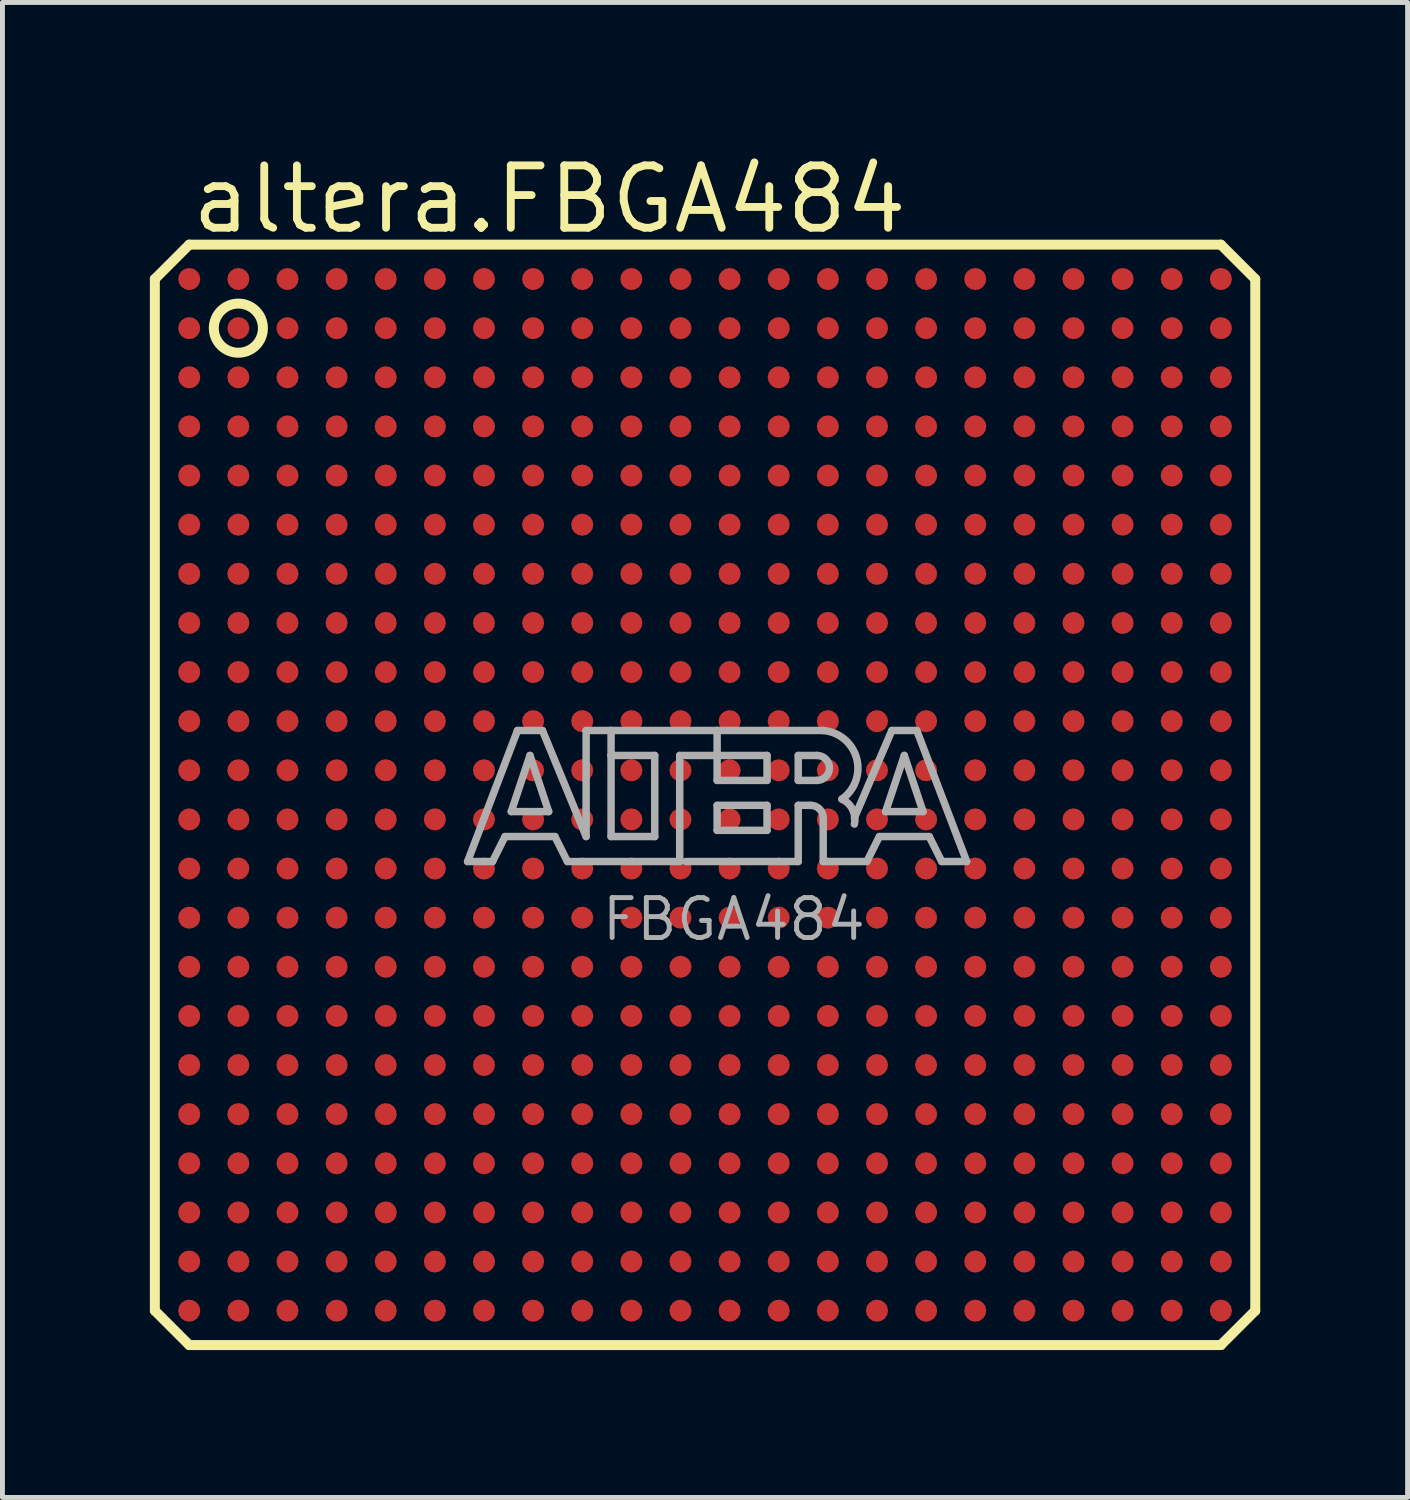
<source format=kicad_pcb>
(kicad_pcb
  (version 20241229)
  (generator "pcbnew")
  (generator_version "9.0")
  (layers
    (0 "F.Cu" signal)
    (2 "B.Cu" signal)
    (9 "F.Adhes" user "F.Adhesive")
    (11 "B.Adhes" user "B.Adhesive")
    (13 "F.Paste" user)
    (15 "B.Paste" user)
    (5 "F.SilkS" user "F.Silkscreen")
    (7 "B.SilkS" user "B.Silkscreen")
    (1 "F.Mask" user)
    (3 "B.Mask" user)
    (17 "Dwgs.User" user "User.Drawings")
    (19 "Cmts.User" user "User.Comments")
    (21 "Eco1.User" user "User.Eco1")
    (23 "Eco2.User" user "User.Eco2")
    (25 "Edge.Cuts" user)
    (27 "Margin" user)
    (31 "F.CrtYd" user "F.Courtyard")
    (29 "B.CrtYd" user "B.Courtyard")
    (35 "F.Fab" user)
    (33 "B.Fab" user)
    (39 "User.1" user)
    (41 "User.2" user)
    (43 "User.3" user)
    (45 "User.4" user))
  (footprint "altera.FBGA484"
    (layer "F.Cu")
    (at 11.302 13.13)
    (property "Reference" "altera.FBGA484" (at -10.53 -11.38 0) (layer "F.SilkS") (effects (font (size 1.27 1.27) (thickness 0.16)) (justify left bottom)))
    (attr smd)
    (fp_line (start -11.2 -10.5) (end -11.2 10.5) (stroke (width 0.203) (type default)) (layer "F.SilkS"))
    (fp_line (start -11.2 10.5) (end -10.5 11.2) (stroke (width 0.203) (type default)) (layer "F.SilkS"))
    (fp_line (start -10.5 -11.2) (end -11.2 -10.5) (stroke (width 0.203) (type default)) (layer "F.SilkS"))
    (fp_line (start -10.5 11.2) (end 10.5 11.2) (stroke (width 0.203) (type default)) (layer "F.SilkS"))
    (fp_line (start 10.5 -11.2) (end -10.5 -11.2) (stroke (width 0.203) (type default)) (layer "F.SilkS"))
    (fp_line (start 10.5 11.2) (end 11.2 10.5) (stroke (width 0.203) (type default)) (layer "F.SilkS"))
    (fp_line (start 11.2 -10.5) (end 10.5 -11.2) (stroke (width 0.203) (type default)) (layer "F.SilkS"))
    (fp_line (start 11.2 10.5) (end 11.2 -10.5) (stroke (width 0.203) (type default)) (layer "F.SilkS"))
    (fp_circle (center -9.5 -9.5) (end -9 -9.5) (stroke (width 0.203) (type default)) (fill no) (layer "F.SilkS"))
    (fp_line (start -4.834 1.357) (end -3.818 -1.31) (stroke (width 0.152) (type default)) (layer "F.Fab"))
    (fp_line (start -4.326 1.357) (end -4.834 1.357) (stroke (width 0.152) (type default)) (layer "F.Fab"))
    (fp_line (start -4.072 0.849) (end -4.326 1.357) (stroke (width 0.152) (type default)) (layer "F.Fab"))
    (fp_line (start -3.945 0.341) (end -3.183 0.341) (stroke (width 0.152) (type default)) (layer "F.Fab"))
    (fp_line (start -3.818 -1.31) (end -3.31 -1.31) (stroke (width 0.152) (type default)) (layer "F.Fab"))
    (fp_line (start -3.564 -0.802) (end -3.945 0.341) (stroke (width 0.152) (type default)) (layer "F.Fab"))
    (fp_line (start -3.31 -1.31) (end -2.421 0.849) (stroke (width 0.152) (type default)) (layer "F.Fab"))
    (fp_line (start -3.183 0.341) (end -3.564 -0.802) (stroke (width 0.152) (type default)) (layer "F.Fab"))
    (fp_line (start -3.056 0.849) (end -4.072 0.849) (stroke (width 0.152) (type default)) (layer "F.Fab"))
    (fp_line (start -2.802 1.357) (end -3.056 0.849) (stroke (width 0.152) (type default)) (layer "F.Fab"))
    (fp_line (start -2.421 -1.31) (end -1.913 -1.31) (stroke (width 0.152) (type default)) (layer "F.Fab"))
    (fp_line (start -2.421 0.849) (end -2.421 -1.31) (stroke (width 0.152) (type default)) (layer "F.Fab"))
    (fp_line (start -1.913 -1.31) (end -1.913 -0.802) (stroke (width 0.152) (type default)) (layer "F.Fab"))
    (fp_line (start -1.913 -1.31) (end 0.246 -1.31) (stroke (width 0.152) (type default)) (layer "F.Fab"))
    (fp_line (start -1.913 -0.802) (end -1.913 0.849) (stroke (width 0.152) (type default)) (layer "F.Fab"))
    (fp_line (start -1.913 0.849) (end -1.024 0.849) (stroke (width 0.152) (type default)) (layer "F.Fab"))
    (fp_line (start -1.024 -0.802) (end -1.913 -0.802) (stroke (width 0.152) (type default)) (layer "F.Fab"))
    (fp_line (start -1.024 0.849) (end -1.024 -0.802) (stroke (width 0.152) (type default)) (layer "F.Fab"))
    (fp_line (start -0.516 -0.802) (end -0.516 1.357) (stroke (width 0.152) (type default)) (layer "F.Fab"))
    (fp_line (start -0.516 1.357) (end -2.802 1.357) (stroke (width 0.152) (type default)) (layer "F.Fab"))
    (fp_line (start 0.246 -1.31) (end 0.246 -0.802) (stroke (width 0.152) (type default)) (layer "F.Fab"))
    (fp_line (start 0.246 -1.31) (end 2.405 -1.31) (stroke (width 0.152) (type default)) (layer "F.Fab"))
    (fp_line (start 0.246 -0.802) (end -0.516 -0.802) (stroke (width 0.152) (type default)) (layer "F.Fab"))
    (fp_line (start 0.246 -0.802) (end 0.246 -0.294) (stroke (width 0.152) (type default)) (layer "F.Fab"))
    (fp_line (start 0.246 -0.294) (end 1.262 -0.294) (stroke (width 0.152) (type default)) (layer "F.Fab"))
    (fp_line (start 0.246 0.214) (end 1.262 0.214) (stroke (width 0.152) (type default)) (layer "F.Fab"))
    (fp_line (start 0.246 0.722) (end 0.246 0.214) (stroke (width 0.152) (type default)) (layer "F.Fab"))
    (fp_line (start 1.262 -0.802) (end 0.246 -0.802) (stroke (width 0.152) (type default)) (layer "F.Fab"))
    (fp_line (start 1.262 -0.294) (end 1.262 -0.802) (stroke (width 0.152) (type default)) (layer "F.Fab"))
    (fp_line (start 1.262 0.214) (end 1.262 0.722) (stroke (width 0.152) (type default)) (layer "F.Fab"))
    (fp_line (start 1.262 0.722) (end 0.246 0.722) (stroke (width 0.152) (type default)) (layer "F.Fab"))
    (fp_line (start 1.897 -0.802) (end 1.897 -0.294) (stroke (width 0.152) (type default)) (layer "F.Fab"))
    (fp_line (start 1.897 -0.294) (end 2.278 -0.294) (stroke (width 0.152) (type default)) (layer "F.Fab"))
    (fp_line (start 1.897 0.214) (end 1.897 1.357) (stroke (width 0.152) (type default)) (layer "F.Fab"))
    (fp_line (start 1.897 0.214) (end 2.151 0.214) (stroke (width 0.152) (type default)) (layer "F.Fab"))
    (fp_line (start 1.897 1.357) (end -0.389 1.357) (stroke (width 0.152) (type default)) (layer "F.Fab"))
    (fp_line (start 2.278 -0.802) (end 1.897 -0.802) (stroke (width 0.152) (type default)) (layer "F.Fab"))
    (fp_line (start 2.405 0.468) (end 2.405 1.357) (stroke (width 0.152) (type default)) (layer "F.Fab"))
    (fp_line (start 2.405 1.357) (end 3.294 1.357) (stroke (width 0.152) (type default)) (layer "F.Fab"))
    (fp_line (start 3.294 1.357) (end 3.548 0.849) (stroke (width 0.152) (type default)) (layer "F.Fab"))
    (fp_line (start 3.548 0.849) (end 4.564 0.849) (stroke (width 0.152) (type default)) (layer "F.Fab"))
    (fp_line (start 3.675 0.341) (end 4.056 -0.802) (stroke (width 0.152) (type default)) (layer "F.Fab"))
    (fp_line (start 3.802 -1.31) (end 3.04 0.468) (stroke (width 0.152) (type default)) (layer "F.Fab"))
    (fp_line (start 4.056 -0.802) (end 4.437 0.341) (stroke (width 0.152) (type default)) (layer "F.Fab"))
    (fp_line (start 4.31 -1.31) (end 3.802 -1.31) (stroke (width 0.152) (type default)) (layer "F.Fab"))
    (fp_line (start 4.437 0.341) (end 3.675 0.341) (stroke (width 0.152) (type default)) (layer "F.Fab"))
    (fp_line (start 4.564 0.849) (end 4.818 1.357) (stroke (width 0.152) (type default)) (layer "F.Fab"))
    (fp_line (start 4.818 1.357) (end 5.326 1.357) (stroke (width 0.152) (type default)) (layer "F.Fab"))
    (fp_line (start 5.326 1.357) (end 4.31 -1.31) (stroke (width 0.152) (type default)) (layer "F.Fab"))
    (fp_arc (start 2.151 0.214) (mid 2.330605 0.288395) (end 2.405 0.468) (stroke (width 0.1524) (type default)) (layer "F.Fab"))
    (fp_arc (start 2.278 -0.802) (mid 2.532 -0.548) (end 2.278 -0.294) (stroke (width 0.1524) (type default)) (layer "F.Fab"))
    (fp_arc (start 2.405 -1.31) (mid 3.084953 -0.74477) (end 2.7861 0.0874) (stroke (width 0.1524) (type default)) (layer "F.Fab"))
    (fp_arc (start 2.7861 0.0871) (mid 3.002081 0.296587) (end 3.0398 0.5951) (stroke (width 0.1524) (type default)) (layer "F.Fab"))
    (fp_text user "FBGA484" (at -2.151 3.009 0) (layer "F.Fab") (effects (font (size 0.813 0.813) (thickness 0.1)) (justify left bottom)))
    (pad "A1" smd roundrect (at -10.5 -10.5) (size 0.45 0.45) (layers "F.Cu" "F.Mask" "F.Paste") (roundrect_rratio 0.5))
    (pad "A2" smd roundrect (at -9.5 -10.5) (size 0.45 0.45) (layers "F.Cu" "F.Mask" "F.Paste") (roundrect_rratio 0.5))
    (pad "A3" smd roundrect (at -8.5 -10.5) (size 0.45 0.45) (layers "F.Cu" "F.Mask" "F.Paste") (roundrect_rratio 0.5))
    (pad "A4" smd roundrect (at -7.5 -10.5) (size 0.45 0.45) (layers "F.Cu" "F.Mask" "F.Paste") (roundrect_rratio 0.5))
    (pad "A5" smd roundrect (at -6.5 -10.5) (size 0.45 0.45) (layers "F.Cu" "F.Mask" "F.Paste") (roundrect_rratio 0.5))
    (pad "A6" smd roundrect (at -5.5 -10.5) (size 0.45 0.45) (layers "F.Cu" "F.Mask" "F.Paste") (roundrect_rratio 0.5))
    (pad "A7" smd roundrect (at -4.5 -10.5) (size 0.45 0.45) (layers "F.Cu" "F.Mask" "F.Paste") (roundrect_rratio 0.5))
    (pad "A8" smd roundrect (at -3.5 -10.5) (size 0.45 0.45) (layers "F.Cu" "F.Mask" "F.Paste") (roundrect_rratio 0.5))
    (pad "A9" smd roundrect (at -2.5 -10.5) (size 0.45 0.45) (layers "F.Cu" "F.Mask" "F.Paste") (roundrect_rratio 0.5))
    (pad "A10" smd roundrect (at -1.5 -10.5) (size 0.45 0.45) (layers "F.Cu" "F.Mask" "F.Paste") (roundrect_rratio 0.5))
    (pad "A11" smd roundrect (at -0.5 -10.5) (size 0.45 0.45) (layers "F.Cu" "F.Mask" "F.Paste") (roundrect_rratio 0.5))
    (pad "A12" smd roundrect (at 0.5 -10.5) (size 0.45 0.45) (layers "F.Cu" "F.Mask" "F.Paste") (roundrect_rratio 0.5))
    (pad "A13" smd roundrect (at 1.5 -10.5) (size 0.45 0.45) (layers "F.Cu" "F.Mask" "F.Paste") (roundrect_rratio 0.5))
    (pad "A14" smd roundrect (at 2.5 -10.5) (size 0.45 0.45) (layers "F.Cu" "F.Mask" "F.Paste") (roundrect_rratio 0.5))
    (pad "A15" smd roundrect (at 3.5 -10.5) (size 0.45 0.45) (layers "F.Cu" "F.Mask" "F.Paste") (roundrect_rratio 0.5))
    (pad "A16" smd roundrect (at 4.5 -10.5) (size 0.45 0.45) (layers "F.Cu" "F.Mask" "F.Paste") (roundrect_rratio 0.5))
    (pad "A17" smd roundrect (at 5.5 -10.5) (size 0.45 0.45) (layers "F.Cu" "F.Mask" "F.Paste") (roundrect_rratio 0.5))
    (pad "A18" smd roundrect (at 6.5 -10.5) (size 0.45 0.45) (layers "F.Cu" "F.Mask" "F.Paste") (roundrect_rratio 0.5))
    (pad "A19" smd roundrect (at 7.5 -10.5) (size 0.45 0.45) (layers "F.Cu" "F.Mask" "F.Paste") (roundrect_rratio 0.5))
    (pad "A20" smd roundrect (at 8.5 -10.5) (size 0.45 0.45) (layers "F.Cu" "F.Mask" "F.Paste") (roundrect_rratio 0.5))
    (pad "A21" smd roundrect (at 9.5 -10.5) (size 0.45 0.45) (layers "F.Cu" "F.Mask" "F.Paste") (roundrect_rratio 0.5))
    (pad "A22" smd roundrect (at 10.5 -10.5) (size 0.45 0.45) (layers "F.Cu" "F.Mask" "F.Paste") (roundrect_rratio 0.5))
    (pad "AA1" smd roundrect (at -10.5 9.5) (size 0.45 0.45) (layers "F.Cu" "F.Mask" "F.Paste") (roundrect_rratio 0.5))
    (pad "AA2" smd roundrect (at -9.5 9.5) (size 0.45 0.45) (layers "F.Cu" "F.Mask" "F.Paste") (roundrect_rratio 0.5))
    (pad "AA3" smd roundrect (at -8.5 9.5) (size 0.45 0.45) (layers "F.Cu" "F.Mask" "F.Paste") (roundrect_rratio 0.5))
    (pad "AA4" smd roundrect (at -7.5 9.5) (size 0.45 0.45) (layers "F.Cu" "F.Mask" "F.Paste") (roundrect_rratio 0.5))
    (pad "AA5" smd roundrect (at -6.5 9.5) (size 0.45 0.45) (layers "F.Cu" "F.Mask" "F.Paste") (roundrect_rratio 0.5))
    (pad "AA6" smd roundrect (at -5.5 9.5) (size 0.45 0.45) (layers "F.Cu" "F.Mask" "F.Paste") (roundrect_rratio 0.5))
    (pad "AA7" smd roundrect (at -4.5 9.5) (size 0.45 0.45) (layers "F.Cu" "F.Mask" "F.Paste") (roundrect_rratio 0.5))
    (pad "AA8" smd roundrect (at -3.5 9.5) (size 0.45 0.45) (layers "F.Cu" "F.Mask" "F.Paste") (roundrect_rratio 0.5))
    (pad "AA9" smd roundrect (at -2.5 9.5) (size 0.45 0.45) (layers "F.Cu" "F.Mask" "F.Paste") (roundrect_rratio 0.5))
    (pad "AA10" smd roundrect (at -1.5 9.5) (size 0.45 0.45) (layers "F.Cu" "F.Mask" "F.Paste") (roundrect_rratio 0.5))
    (pad "AA11" smd roundrect (at -0.5 9.5) (size 0.45 0.45) (layers "F.Cu" "F.Mask" "F.Paste") (roundrect_rratio 0.5))
    (pad "AA12" smd roundrect (at 0.5 9.5) (size 0.45 0.45) (layers "F.Cu" "F.Mask" "F.Paste") (roundrect_rratio 0.5))
    (pad "AA13" smd roundrect (at 1.5 9.5) (size 0.45 0.45) (layers "F.Cu" "F.Mask" "F.Paste") (roundrect_rratio 0.5))
    (pad "AA14" smd roundrect (at 2.5 9.5) (size 0.45 0.45) (layers "F.Cu" "F.Mask" "F.Paste") (roundrect_rratio 0.5))
    (pad "AA15" smd roundrect (at 3.5 9.5) (size 0.45 0.45) (layers "F.Cu" "F.Mask" "F.Paste") (roundrect_rratio 0.5))
    (pad "AA16" smd roundrect (at 4.5 9.5) (size 0.45 0.45) (layers "F.Cu" "F.Mask" "F.Paste") (roundrect_rratio 0.5))
    (pad "AA17" smd roundrect (at 5.5 9.5) (size 0.45 0.45) (layers "F.Cu" "F.Mask" "F.Paste") (roundrect_rratio 0.5))
    (pad "AA18" smd roundrect (at 6.5 9.5) (size 0.45 0.45) (layers "F.Cu" "F.Mask" "F.Paste") (roundrect_rratio 0.5))
    (pad "AA19" smd roundrect (at 7.5 9.5) (size 0.45 0.45) (layers "F.Cu" "F.Mask" "F.Paste") (roundrect_rratio 0.5))
    (pad "AA20" smd roundrect (at 8.5 9.5) (size 0.45 0.45) (layers "F.Cu" "F.Mask" "F.Paste") (roundrect_rratio 0.5))
    (pad "AA21" smd roundrect (at 9.5 9.5) (size 0.45 0.45) (layers "F.Cu" "F.Mask" "F.Paste") (roundrect_rratio 0.5))
    (pad "AA22" smd roundrect (at 10.5 9.5) (size 0.45 0.45) (layers "F.Cu" "F.Mask" "F.Paste") (roundrect_rratio 0.5))
    (pad "AB1" smd roundrect (at -10.5 10.5) (size 0.45 0.45) (layers "F.Cu" "F.Mask" "F.Paste") (roundrect_rratio 0.5))
    (pad "AB2" smd roundrect (at -9.5 10.5) (size 0.45 0.45) (layers "F.Cu" "F.Mask" "F.Paste") (roundrect_rratio 0.5))
    (pad "AB3" smd roundrect (at -8.5 10.5) (size 0.45 0.45) (layers "F.Cu" "F.Mask" "F.Paste") (roundrect_rratio 0.5))
    (pad "AB4" smd roundrect (at -7.5 10.5) (size 0.45 0.45) (layers "F.Cu" "F.Mask" "F.Paste") (roundrect_rratio 0.5))
    (pad "AB5" smd roundrect (at -6.5 10.5) (size 0.45 0.45) (layers "F.Cu" "F.Mask" "F.Paste") (roundrect_rratio 0.5))
    (pad "AB6" smd roundrect (at -5.5 10.5) (size 0.45 0.45) (layers "F.Cu" "F.Mask" "F.Paste") (roundrect_rratio 0.5))
    (pad "AB7" smd roundrect (at -4.5 10.5) (size 0.45 0.45) (layers "F.Cu" "F.Mask" "F.Paste") (roundrect_rratio 0.5))
    (pad "AB8" smd roundrect (at -3.5 10.5) (size 0.45 0.45) (layers "F.Cu" "F.Mask" "F.Paste") (roundrect_rratio 0.5))
    (pad "AB9" smd roundrect (at -2.5 10.5) (size 0.45 0.45) (layers "F.Cu" "F.Mask" "F.Paste") (roundrect_rratio 0.5))
    (pad "AB10" smd roundrect (at -1.5 10.5) (size 0.45 0.45) (layers "F.Cu" "F.Mask" "F.Paste") (roundrect_rratio 0.5))
    (pad "AB11" smd roundrect (at -0.5 10.5) (size 0.45 0.45) (layers "F.Cu" "F.Mask" "F.Paste") (roundrect_rratio 0.5))
    (pad "AB12" smd roundrect (at 0.5 10.5) (size 0.45 0.45) (layers "F.Cu" "F.Mask" "F.Paste") (roundrect_rratio 0.5))
    (pad "AB13" smd roundrect (at 1.5 10.5) (size 0.45 0.45) (layers "F.Cu" "F.Mask" "F.Paste") (roundrect_rratio 0.5))
    (pad "AB14" smd roundrect (at 2.5 10.5) (size 0.45 0.45) (layers "F.Cu" "F.Mask" "F.Paste") (roundrect_rratio 0.5))
    (pad "AB15" smd roundrect (at 3.5 10.5) (size 0.45 0.45) (layers "F.Cu" "F.Mask" "F.Paste") (roundrect_rratio 0.5))
    (pad "AB16" smd roundrect (at 4.5 10.5) (size 0.45 0.45) (layers "F.Cu" "F.Mask" "F.Paste") (roundrect_rratio 0.5))
    (pad "AB17" smd roundrect (at 5.5 10.5) (size 0.45 0.45) (layers "F.Cu" "F.Mask" "F.Paste") (roundrect_rratio 0.5))
    (pad "AB18" smd roundrect (at 6.5 10.5) (size 0.45 0.45) (layers "F.Cu" "F.Mask" "F.Paste") (roundrect_rratio 0.5))
    (pad "AB19" smd roundrect (at 7.5 10.5) (size 0.45 0.45) (layers "F.Cu" "F.Mask" "F.Paste") (roundrect_rratio 0.5))
    (pad "AB20" smd roundrect (at 8.5 10.5) (size 0.45 0.45) (layers "F.Cu" "F.Mask" "F.Paste") (roundrect_rratio 0.5))
    (pad "AB21" smd roundrect (at 9.5 10.5) (size 0.45 0.45) (layers "F.Cu" "F.Mask" "F.Paste") (roundrect_rratio 0.5))
    (pad "AB22" smd roundrect (at 10.5 10.5) (size 0.45 0.45) (layers "F.Cu" "F.Mask" "F.Paste") (roundrect_rratio 0.5))
    (pad "B1" smd roundrect (at -10.5 -9.5) (size 0.45 0.45) (layers "F.Cu" "F.Mask" "F.Paste") (roundrect_rratio 0.5))
    (pad "B2" smd roundrect (at -9.5 -9.5) (size 0.45 0.45) (layers "F.Cu" "F.Mask" "F.Paste") (roundrect_rratio 0.5))
    (pad "B3" smd roundrect (at -8.5 -9.5) (size 0.45 0.45) (layers "F.Cu" "F.Mask" "F.Paste") (roundrect_rratio 0.5))
    (pad "B4" smd roundrect (at -7.5 -9.5) (size 0.45 0.45) (layers "F.Cu" "F.Mask" "F.Paste") (roundrect_rratio 0.5))
    (pad "B5" smd roundrect (at -6.5 -9.5) (size 0.45 0.45) (layers "F.Cu" "F.Mask" "F.Paste") (roundrect_rratio 0.5))
    (pad "B6" smd roundrect (at -5.5 -9.5) (size 0.45 0.45) (layers "F.Cu" "F.Mask" "F.Paste") (roundrect_rratio 0.5))
    (pad "B7" smd roundrect (at -4.5 -9.5) (size 0.45 0.45) (layers "F.Cu" "F.Mask" "F.Paste") (roundrect_rratio 0.5))
    (pad "B8" smd roundrect (at -3.5 -9.5) (size 0.45 0.45) (layers "F.Cu" "F.Mask" "F.Paste") (roundrect_rratio 0.5))
    (pad "B9" smd roundrect (at -2.5 -9.5) (size 0.45 0.45) (layers "F.Cu" "F.Mask" "F.Paste") (roundrect_rratio 0.5))
    (pad "B10" smd roundrect (at -1.5 -9.5) (size 0.45 0.45) (layers "F.Cu" "F.Mask" "F.Paste") (roundrect_rratio 0.5))
    (pad "B11" smd roundrect (at -0.5 -9.5) (size 0.45 0.45) (layers "F.Cu" "F.Mask" "F.Paste") (roundrect_rratio 0.5))
    (pad "B12" smd roundrect (at 0.5 -9.5) (size 0.45 0.45) (layers "F.Cu" "F.Mask" "F.Paste") (roundrect_rratio 0.5))
    (pad "B13" smd roundrect (at 1.5 -9.5) (size 0.45 0.45) (layers "F.Cu" "F.Mask" "F.Paste") (roundrect_rratio 0.5))
    (pad "B14" smd roundrect (at 2.5 -9.5) (size 0.45 0.45) (layers "F.Cu" "F.Mask" "F.Paste") (roundrect_rratio 0.5))
    (pad "B15" smd roundrect (at 3.5 -9.5) (size 0.45 0.45) (layers "F.Cu" "F.Mask" "F.Paste") (roundrect_rratio 0.5))
    (pad "B16" smd roundrect (at 4.5 -9.5) (size 0.45 0.45) (layers "F.Cu" "F.Mask" "F.Paste") (roundrect_rratio 0.5))
    (pad "B17" smd roundrect (at 5.5 -9.5) (size 0.45 0.45) (layers "F.Cu" "F.Mask" "F.Paste") (roundrect_rratio 0.5))
    (pad "B18" smd roundrect (at 6.5 -9.5) (size 0.45 0.45) (layers "F.Cu" "F.Mask" "F.Paste") (roundrect_rratio 0.5))
    (pad "B19" smd roundrect (at 7.5 -9.5) (size 0.45 0.45) (layers "F.Cu" "F.Mask" "F.Paste") (roundrect_rratio 0.5))
    (pad "B20" smd roundrect (at 8.5 -9.5) (size 0.45 0.45) (layers "F.Cu" "F.Mask" "F.Paste") (roundrect_rratio 0.5))
    (pad "B21" smd roundrect (at 9.5 -9.5) (size 0.45 0.45) (layers "F.Cu" "F.Mask" "F.Paste") (roundrect_rratio 0.5))
    (pad "B22" smd roundrect (at 10.5 -9.5) (size 0.45 0.45) (layers "F.Cu" "F.Mask" "F.Paste") (roundrect_rratio 0.5))
    (pad "C1" smd roundrect (at -10.5 -8.5) (size 0.45 0.45) (layers "F.Cu" "F.Mask" "F.Paste") (roundrect_rratio 0.5))
    (pad "C2" smd roundrect (at -9.5 -8.5) (size 0.45 0.45) (layers "F.Cu" "F.Mask" "F.Paste") (roundrect_rratio 0.5))
    (pad "C3" smd roundrect (at -8.5 -8.5) (size 0.45 0.45) (layers "F.Cu" "F.Mask" "F.Paste") (roundrect_rratio 0.5))
    (pad "C4" smd roundrect (at -7.5 -8.5) (size 0.45 0.45) (layers "F.Cu" "F.Mask" "F.Paste") (roundrect_rratio 0.5))
    (pad "C5" smd roundrect (at -6.5 -8.5) (size 0.45 0.45) (layers "F.Cu" "F.Mask" "F.Paste") (roundrect_rratio 0.5))
    (pad "C6" smd roundrect (at -5.5 -8.5) (size 0.45 0.45) (layers "F.Cu" "F.Mask" "F.Paste") (roundrect_rratio 0.5))
    (pad "C7" smd roundrect (at -4.5 -8.5) (size 0.45 0.45) (layers "F.Cu" "F.Mask" "F.Paste") (roundrect_rratio 0.5))
    (pad "C8" smd roundrect (at -3.5 -8.5) (size 0.45 0.45) (layers "F.Cu" "F.Mask" "F.Paste") (roundrect_rratio 0.5))
    (pad "C9" smd roundrect (at -2.5 -8.5) (size 0.45 0.45) (layers "F.Cu" "F.Mask" "F.Paste") (roundrect_rratio 0.5))
    (pad "C10" smd roundrect (at -1.5 -8.5) (size 0.45 0.45) (layers "F.Cu" "F.Mask" "F.Paste") (roundrect_rratio 0.5))
    (pad "C11" smd roundrect (at -0.5 -8.5) (size 0.45 0.45) (layers "F.Cu" "F.Mask" "F.Paste") (roundrect_rratio 0.5))
    (pad "C12" smd roundrect (at 0.5 -8.5) (size 0.45 0.45) (layers "F.Cu" "F.Mask" "F.Paste") (roundrect_rratio 0.5))
    (pad "C13" smd roundrect (at 1.5 -8.5) (size 0.45 0.45) (layers "F.Cu" "F.Mask" "F.Paste") (roundrect_rratio 0.5))
    (pad "C14" smd roundrect (at 2.5 -8.5) (size 0.45 0.45) (layers "F.Cu" "F.Mask" "F.Paste") (roundrect_rratio 0.5))
    (pad "C15" smd roundrect (at 3.5 -8.5) (size 0.45 0.45) (layers "F.Cu" "F.Mask" "F.Paste") (roundrect_rratio 0.5))
    (pad "C16" smd roundrect (at 4.5 -8.5) (size 0.45 0.45) (layers "F.Cu" "F.Mask" "F.Paste") (roundrect_rratio 0.5))
    (pad "C17" smd roundrect (at 5.5 -8.5) (size 0.45 0.45) (layers "F.Cu" "F.Mask" "F.Paste") (roundrect_rratio 0.5))
    (pad "C18" smd roundrect (at 6.5 -8.5) (size 0.45 0.45) (layers "F.Cu" "F.Mask" "F.Paste") (roundrect_rratio 0.5))
    (pad "C19" smd roundrect (at 7.5 -8.5) (size 0.45 0.45) (layers "F.Cu" "F.Mask" "F.Paste") (roundrect_rratio 0.5))
    (pad "C20" smd roundrect (at 8.5 -8.5) (size 0.45 0.45) (layers "F.Cu" "F.Mask" "F.Paste") (roundrect_rratio 0.5))
    (pad "C21" smd roundrect (at 9.5 -8.5) (size 0.45 0.45) (layers "F.Cu" "F.Mask" "F.Paste") (roundrect_rratio 0.5))
    (pad "C22" smd roundrect (at 10.5 -8.5) (size 0.45 0.45) (layers "F.Cu" "F.Mask" "F.Paste") (roundrect_rratio 0.5))
    (pad "D1" smd roundrect (at -10.5 -7.5) (size 0.45 0.45) (layers "F.Cu" "F.Mask" "F.Paste") (roundrect_rratio 0.5))
    (pad "D2" smd roundrect (at -9.5 -7.5) (size 0.45 0.45) (layers "F.Cu" "F.Mask" "F.Paste") (roundrect_rratio 0.5))
    (pad "D3" smd roundrect (at -8.5 -7.5) (size 0.45 0.45) (layers "F.Cu" "F.Mask" "F.Paste") (roundrect_rratio 0.5))
    (pad "D4" smd roundrect (at -7.5 -7.5) (size 0.45 0.45) (layers "F.Cu" "F.Mask" "F.Paste") (roundrect_rratio 0.5))
    (pad "D5" smd roundrect (at -6.5 -7.5) (size 0.45 0.45) (layers "F.Cu" "F.Mask" "F.Paste") (roundrect_rratio 0.5))
    (pad "D6" smd roundrect (at -5.5 -7.5) (size 0.45 0.45) (layers "F.Cu" "F.Mask" "F.Paste") (roundrect_rratio 0.5))
    (pad "D7" smd roundrect (at -4.5 -7.5) (size 0.45 0.45) (layers "F.Cu" "F.Mask" "F.Paste") (roundrect_rratio 0.5))
    (pad "D8" smd roundrect (at -3.5 -7.5) (size 0.45 0.45) (layers "F.Cu" "F.Mask" "F.Paste") (roundrect_rratio 0.5))
    (pad "D9" smd roundrect (at -2.5 -7.5) (size 0.45 0.45) (layers "F.Cu" "F.Mask" "F.Paste") (roundrect_rratio 0.5))
    (pad "D10" smd roundrect (at -1.5 -7.5) (size 0.45 0.45) (layers "F.Cu" "F.Mask" "F.Paste") (roundrect_rratio 0.5))
    (pad "D11" smd roundrect (at -0.5 -7.5) (size 0.45 0.45) (layers "F.Cu" "F.Mask" "F.Paste") (roundrect_rratio 0.5))
    (pad "D12" smd roundrect (at 0.5 -7.5) (size 0.45 0.45) (layers "F.Cu" "F.Mask" "F.Paste") (roundrect_rratio 0.5))
    (pad "D13" smd roundrect (at 1.5 -7.5) (size 0.45 0.45) (layers "F.Cu" "F.Mask" "F.Paste") (roundrect_rratio 0.5))
    (pad "D14" smd roundrect (at 2.5 -7.5) (size 0.45 0.45) (layers "F.Cu" "F.Mask" "F.Paste") (roundrect_rratio 0.5))
    (pad "D15" smd roundrect (at 3.5 -7.5) (size 0.45 0.45) (layers "F.Cu" "F.Mask" "F.Paste") (roundrect_rratio 0.5))
    (pad "D16" smd roundrect (at 4.5 -7.5) (size 0.45 0.45) (layers "F.Cu" "F.Mask" "F.Paste") (roundrect_rratio 0.5))
    (pad "D17" smd roundrect (at 5.5 -7.5) (size 0.45 0.45) (layers "F.Cu" "F.Mask" "F.Paste") (roundrect_rratio 0.5))
    (pad "D18" smd roundrect (at 6.5 -7.5) (size 0.45 0.45) (layers "F.Cu" "F.Mask" "F.Paste") (roundrect_rratio 0.5))
    (pad "D19" smd roundrect (at 7.5 -7.5) (size 0.45 0.45) (layers "F.Cu" "F.Mask" "F.Paste") (roundrect_rratio 0.5))
    (pad "D20" smd roundrect (at 8.5 -7.5) (size 0.45 0.45) (layers "F.Cu" "F.Mask" "F.Paste") (roundrect_rratio 0.5))
    (pad "D21" smd roundrect (at 9.5 -7.5) (size 0.45 0.45) (layers "F.Cu" "F.Mask" "F.Paste") (roundrect_rratio 0.5))
    (pad "D22" smd roundrect (at 10.5 -7.5) (size 0.45 0.45) (layers "F.Cu" "F.Mask" "F.Paste") (roundrect_rratio 0.5))
    (pad "E1" smd roundrect (at -10.5 -6.5) (size 0.45 0.45) (layers "F.Cu" "F.Mask" "F.Paste") (roundrect_rratio 0.5))
    (pad "E2" smd roundrect (at -9.5 -6.5) (size 0.45 0.45) (layers "F.Cu" "F.Mask" "F.Paste") (roundrect_rratio 0.5))
    (pad "E3" smd roundrect (at -8.5 -6.5) (size 0.45 0.45) (layers "F.Cu" "F.Mask" "F.Paste") (roundrect_rratio 0.5))
    (pad "E4" smd roundrect (at -7.5 -6.5) (size 0.45 0.45) (layers "F.Cu" "F.Mask" "F.Paste") (roundrect_rratio 0.5))
    (pad "E5" smd roundrect (at -6.5 -6.5) (size 0.45 0.45) (layers "F.Cu" "F.Mask" "F.Paste") (roundrect_rratio 0.5))
    (pad "E6" smd roundrect (at -5.5 -6.5) (size 0.45 0.45) (layers "F.Cu" "F.Mask" "F.Paste") (roundrect_rratio 0.5))
    (pad "E7" smd roundrect (at -4.5 -6.5) (size 0.45 0.45) (layers "F.Cu" "F.Mask" "F.Paste") (roundrect_rratio 0.5))
    (pad "E8" smd roundrect (at -3.5 -6.5) (size 0.45 0.45) (layers "F.Cu" "F.Mask" "F.Paste") (roundrect_rratio 0.5))
    (pad "E9" smd roundrect (at -2.5 -6.5) (size 0.45 0.45) (layers "F.Cu" "F.Mask" "F.Paste") (roundrect_rratio 0.5))
    (pad "E10" smd roundrect (at -1.5 -6.5) (size 0.45 0.45) (layers "F.Cu" "F.Mask" "F.Paste") (roundrect_rratio 0.5))
    (pad "E11" smd roundrect (at -0.5 -6.5) (size 0.45 0.45) (layers "F.Cu" "F.Mask" "F.Paste") (roundrect_rratio 0.5))
    (pad "E12" smd roundrect (at 0.5 -6.5) (size 0.45 0.45) (layers "F.Cu" "F.Mask" "F.Paste") (roundrect_rratio 0.5))
    (pad "E13" smd roundrect (at 1.5 -6.5) (size 0.45 0.45) (layers "F.Cu" "F.Mask" "F.Paste") (roundrect_rratio 0.5))
    (pad "E14" smd roundrect (at 2.5 -6.5) (size 0.45 0.45) (layers "F.Cu" "F.Mask" "F.Paste") (roundrect_rratio 0.5))
    (pad "E15" smd roundrect (at 3.5 -6.5) (size 0.45 0.45) (layers "F.Cu" "F.Mask" "F.Paste") (roundrect_rratio 0.5))
    (pad "E16" smd roundrect (at 4.5 -6.5) (size 0.45 0.45) (layers "F.Cu" "F.Mask" "F.Paste") (roundrect_rratio 0.5))
    (pad "E17" smd roundrect (at 5.5 -6.5) (size 0.45 0.45) (layers "F.Cu" "F.Mask" "F.Paste") (roundrect_rratio 0.5))
    (pad "E18" smd roundrect (at 6.5 -6.5) (size 0.45 0.45) (layers "F.Cu" "F.Mask" "F.Paste") (roundrect_rratio 0.5))
    (pad "E19" smd roundrect (at 7.5 -6.5) (size 0.45 0.45) (layers "F.Cu" "F.Mask" "F.Paste") (roundrect_rratio 0.5))
    (pad "E20" smd roundrect (at 8.5 -6.5) (size 0.45 0.45) (layers "F.Cu" "F.Mask" "F.Paste") (roundrect_rratio 0.5))
    (pad "E21" smd roundrect (at 9.5 -6.5) (size 0.45 0.45) (layers "F.Cu" "F.Mask" "F.Paste") (roundrect_rratio 0.5))
    (pad "E22" smd roundrect (at 10.5 -6.5) (size 0.45 0.45) (layers "F.Cu" "F.Mask" "F.Paste") (roundrect_rratio 0.5))
    (pad "F1" smd roundrect (at -10.5 -5.5) (size 0.45 0.45) (layers "F.Cu" "F.Mask" "F.Paste") (roundrect_rratio 0.5))
    (pad "F2" smd roundrect (at -9.5 -5.5) (size 0.45 0.45) (layers "F.Cu" "F.Mask" "F.Paste") (roundrect_rratio 0.5))
    (pad "F3" smd roundrect (at -8.5 -5.5) (size 0.45 0.45) (layers "F.Cu" "F.Mask" "F.Paste") (roundrect_rratio 0.5))
    (pad "F4" smd roundrect (at -7.5 -5.5) (size 0.45 0.45) (layers "F.Cu" "F.Mask" "F.Paste") (roundrect_rratio 0.5))
    (pad "F5" smd roundrect (at -6.5 -5.5) (size 0.45 0.45) (layers "F.Cu" "F.Mask" "F.Paste") (roundrect_rratio 0.5))
    (pad "F6" smd roundrect (at -5.5 -5.5) (size 0.45 0.45) (layers "F.Cu" "F.Mask" "F.Paste") (roundrect_rratio 0.5))
    (pad "F7" smd roundrect (at -4.5 -5.5) (size 0.45 0.45) (layers "F.Cu" "F.Mask" "F.Paste") (roundrect_rratio 0.5))
    (pad "F8" smd roundrect (at -3.5 -5.5) (size 0.45 0.45) (layers "F.Cu" "F.Mask" "F.Paste") (roundrect_rratio 0.5))
    (pad "F9" smd roundrect (at -2.5 -5.5) (size 0.45 0.45) (layers "F.Cu" "F.Mask" "F.Paste") (roundrect_rratio 0.5))
    (pad "F10" smd roundrect (at -1.5 -5.5) (size 0.45 0.45) (layers "F.Cu" "F.Mask" "F.Paste") (roundrect_rratio 0.5))
    (pad "F11" smd roundrect (at -0.5 -5.5) (size 0.45 0.45) (layers "F.Cu" "F.Mask" "F.Paste") (roundrect_rratio 0.5))
    (pad "F12" smd roundrect (at 0.5 -5.5) (size 0.45 0.45) (layers "F.Cu" "F.Mask" "F.Paste") (roundrect_rratio 0.5))
    (pad "F13" smd roundrect (at 1.5 -5.5) (size 0.45 0.45) (layers "F.Cu" "F.Mask" "F.Paste") (roundrect_rratio 0.5))
    (pad "F14" smd roundrect (at 2.5 -5.5) (size 0.45 0.45) (layers "F.Cu" "F.Mask" "F.Paste") (roundrect_rratio 0.5))
    (pad "F15" smd roundrect (at 3.5 -5.5) (size 0.45 0.45) (layers "F.Cu" "F.Mask" "F.Paste") (roundrect_rratio 0.5))
    (pad "F16" smd roundrect (at 4.5 -5.5) (size 0.45 0.45) (layers "F.Cu" "F.Mask" "F.Paste") (roundrect_rratio 0.5))
    (pad "F17" smd roundrect (at 5.5 -5.5) (size 0.45 0.45) (layers "F.Cu" "F.Mask" "F.Paste") (roundrect_rratio 0.5))
    (pad "F18" smd roundrect (at 6.5 -5.5) (size 0.45 0.45) (layers "F.Cu" "F.Mask" "F.Paste") (roundrect_rratio 0.5))
    (pad "F19" smd roundrect (at 7.5 -5.5) (size 0.45 0.45) (layers "F.Cu" "F.Mask" "F.Paste") (roundrect_rratio 0.5))
    (pad "F20" smd roundrect (at 8.5 -5.5) (size 0.45 0.45) (layers "F.Cu" "F.Mask" "F.Paste") (roundrect_rratio 0.5))
    (pad "F21" smd roundrect (at 9.5 -5.5) (size 0.45 0.45) (layers "F.Cu" "F.Mask" "F.Paste") (roundrect_rratio 0.5))
    (pad "F22" smd roundrect (at 10.5 -5.5) (size 0.45 0.45) (layers "F.Cu" "F.Mask" "F.Paste") (roundrect_rratio 0.5))
    (pad "G1" smd roundrect (at -10.5 -4.5) (size 0.45 0.45) (layers "F.Cu" "F.Mask" "F.Paste") (roundrect_rratio 0.5))
    (pad "G2" smd roundrect (at -9.5 -4.5) (size 0.45 0.45) (layers "F.Cu" "F.Mask" "F.Paste") (roundrect_rratio 0.5))
    (pad "G3" smd roundrect (at -8.5 -4.5) (size 0.45 0.45) (layers "F.Cu" "F.Mask" "F.Paste") (roundrect_rratio 0.5))
    (pad "G4" smd roundrect (at -7.5 -4.5) (size 0.45 0.45) (layers "F.Cu" "F.Mask" "F.Paste") (roundrect_rratio 0.5))
    (pad "G5" smd roundrect (at -6.5 -4.5) (size 0.45 0.45) (layers "F.Cu" "F.Mask" "F.Paste") (roundrect_rratio 0.5))
    (pad "G6" smd roundrect (at -5.5 -4.5) (size 0.45 0.45) (layers "F.Cu" "F.Mask" "F.Paste") (roundrect_rratio 0.5))
    (pad "G7" smd roundrect (at -4.5 -4.5) (size 0.45 0.45) (layers "F.Cu" "F.Mask" "F.Paste") (roundrect_rratio 0.5))
    (pad "G8" smd roundrect (at -3.5 -4.5) (size 0.45 0.45) (layers "F.Cu" "F.Mask" "F.Paste") (roundrect_rratio 0.5))
    (pad "G9" smd roundrect (at -2.5 -4.5) (size 0.45 0.45) (layers "F.Cu" "F.Mask" "F.Paste") (roundrect_rratio 0.5))
    (pad "G10" smd roundrect (at -1.5 -4.5) (size 0.45 0.45) (layers "F.Cu" "F.Mask" "F.Paste") (roundrect_rratio 0.5))
    (pad "G11" smd roundrect (at -0.5 -4.5) (size 0.45 0.45) (layers "F.Cu" "F.Mask" "F.Paste") (roundrect_rratio 0.5))
    (pad "G12" smd roundrect (at 0.5 -4.5) (size 0.45 0.45) (layers "F.Cu" "F.Mask" "F.Paste") (roundrect_rratio 0.5))
    (pad "G13" smd roundrect (at 1.5 -4.5) (size 0.45 0.45) (layers "F.Cu" "F.Mask" "F.Paste") (roundrect_rratio 0.5))
    (pad "G14" smd roundrect (at 2.5 -4.5) (size 0.45 0.45) (layers "F.Cu" "F.Mask" "F.Paste") (roundrect_rratio 0.5))
    (pad "G15" smd roundrect (at 3.5 -4.5) (size 0.45 0.45) (layers "F.Cu" "F.Mask" "F.Paste") (roundrect_rratio 0.5))
    (pad "G16" smd roundrect (at 4.5 -4.5) (size 0.45 0.45) (layers "F.Cu" "F.Mask" "F.Paste") (roundrect_rratio 0.5))
    (pad "G17" smd roundrect (at 5.5 -4.5) (size 0.45 0.45) (layers "F.Cu" "F.Mask" "F.Paste") (roundrect_rratio 0.5))
    (pad "G18" smd roundrect (at 6.5 -4.5) (size 0.45 0.45) (layers "F.Cu" "F.Mask" "F.Paste") (roundrect_rratio 0.5))
    (pad "G19" smd roundrect (at 7.5 -4.5) (size 0.45 0.45) (layers "F.Cu" "F.Mask" "F.Paste") (roundrect_rratio 0.5))
    (pad "G20" smd roundrect (at 8.5 -4.5) (size 0.45 0.45) (layers "F.Cu" "F.Mask" "F.Paste") (roundrect_rratio 0.5))
    (pad "G21" smd roundrect (at 9.5 -4.5) (size 0.45 0.45) (layers "F.Cu" "F.Mask" "F.Paste") (roundrect_rratio 0.5))
    (pad "G22" smd roundrect (at 10.5 -4.5) (size 0.45 0.45) (layers "F.Cu" "F.Mask" "F.Paste") (roundrect_rratio 0.5))
    (pad "H1" smd roundrect (at -10.5 -3.5) (size 0.45 0.45) (layers "F.Cu" "F.Mask" "F.Paste") (roundrect_rratio 0.5))
    (pad "H2" smd roundrect (at -9.5 -3.5) (size 0.45 0.45) (layers "F.Cu" "F.Mask" "F.Paste") (roundrect_rratio 0.5))
    (pad "H3" smd roundrect (at -8.5 -3.5) (size 0.45 0.45) (layers "F.Cu" "F.Mask" "F.Paste") (roundrect_rratio 0.5))
    (pad "H4" smd roundrect (at -7.5 -3.5) (size 0.45 0.45) (layers "F.Cu" "F.Mask" "F.Paste") (roundrect_rratio 0.5))
    (pad "H5" smd roundrect (at -6.5 -3.5) (size 0.45 0.45) (layers "F.Cu" "F.Mask" "F.Paste") (roundrect_rratio 0.5))
    (pad "H6" smd roundrect (at -5.5 -3.5) (size 0.45 0.45) (layers "F.Cu" "F.Mask" "F.Paste") (roundrect_rratio 0.5))
    (pad "H7" smd roundrect (at -4.5 -3.5) (size 0.45 0.45) (layers "F.Cu" "F.Mask" "F.Paste") (roundrect_rratio 0.5))
    (pad "H8" smd roundrect (at -3.5 -3.5) (size 0.45 0.45) (layers "F.Cu" "F.Mask" "F.Paste") (roundrect_rratio 0.5))
    (pad "H9" smd roundrect (at -2.5 -3.5) (size 0.45 0.45) (layers "F.Cu" "F.Mask" "F.Paste") (roundrect_rratio 0.5))
    (pad "H10" smd roundrect (at -1.5 -3.5) (size 0.45 0.45) (layers "F.Cu" "F.Mask" "F.Paste") (roundrect_rratio 0.5))
    (pad "H11" smd roundrect (at -0.5 -3.5) (size 0.45 0.45) (layers "F.Cu" "F.Mask" "F.Paste") (roundrect_rratio 0.5))
    (pad "H12" smd roundrect (at 0.5 -3.5) (size 0.45 0.45) (layers "F.Cu" "F.Mask" "F.Paste") (roundrect_rratio 0.5))
    (pad "H13" smd roundrect (at 1.5 -3.5) (size 0.45 0.45) (layers "F.Cu" "F.Mask" "F.Paste") (roundrect_rratio 0.5))
    (pad "H14" smd roundrect (at 2.5 -3.5) (size 0.45 0.45) (layers "F.Cu" "F.Mask" "F.Paste") (roundrect_rratio 0.5))
    (pad "H15" smd roundrect (at 3.5 -3.5) (size 0.45 0.45) (layers "F.Cu" "F.Mask" "F.Paste") (roundrect_rratio 0.5))
    (pad "H16" smd roundrect (at 4.5 -3.5) (size 0.45 0.45) (layers "F.Cu" "F.Mask" "F.Paste") (roundrect_rratio 0.5))
    (pad "H17" smd roundrect (at 5.5 -3.5) (size 0.45 0.45) (layers "F.Cu" "F.Mask" "F.Paste") (roundrect_rratio 0.5))
    (pad "H18" smd roundrect (at 6.5 -3.5) (size 0.45 0.45) (layers "F.Cu" "F.Mask" "F.Paste") (roundrect_rratio 0.5))
    (pad "H19" smd roundrect (at 7.5 -3.5) (size 0.45 0.45) (layers "F.Cu" "F.Mask" "F.Paste") (roundrect_rratio 0.5))
    (pad "H20" smd roundrect (at 8.5 -3.5) (size 0.45 0.45) (layers "F.Cu" "F.Mask" "F.Paste") (roundrect_rratio 0.5))
    (pad "H21" smd roundrect (at 9.5 -3.5) (size 0.45 0.45) (layers "F.Cu" "F.Mask" "F.Paste") (roundrect_rratio 0.5))
    (pad "H22" smd roundrect (at 10.5 -3.5) (size 0.45 0.45) (layers "F.Cu" "F.Mask" "F.Paste") (roundrect_rratio 0.5))
    (pad "J1" smd roundrect (at -10.5 -2.5) (size 0.45 0.45) (layers "F.Cu" "F.Mask" "F.Paste") (roundrect_rratio 0.5))
    (pad "J2" smd roundrect (at -9.5 -2.5) (size 0.45 0.45) (layers "F.Cu" "F.Mask" "F.Paste") (roundrect_rratio 0.5))
    (pad "J3" smd roundrect (at -8.5 -2.5) (size 0.45 0.45) (layers "F.Cu" "F.Mask" "F.Paste") (roundrect_rratio 0.5))
    (pad "J4" smd roundrect (at -7.5 -2.5) (size 0.45 0.45) (layers "F.Cu" "F.Mask" "F.Paste") (roundrect_rratio 0.5))
    (pad "J5" smd roundrect (at -6.5 -2.5) (size 0.45 0.45) (layers "F.Cu" "F.Mask" "F.Paste") (roundrect_rratio 0.5))
    (pad "J6" smd roundrect (at -5.5 -2.5) (size 0.45 0.45) (layers "F.Cu" "F.Mask" "F.Paste") (roundrect_rratio 0.5))
    (pad "J7" smd roundrect (at -4.5 -2.5) (size 0.45 0.45) (layers "F.Cu" "F.Mask" "F.Paste") (roundrect_rratio 0.5))
    (pad "J8" smd roundrect (at -3.5 -2.5) (size 0.45 0.45) (layers "F.Cu" "F.Mask" "F.Paste") (roundrect_rratio 0.5))
    (pad "J9" smd roundrect (at -2.5 -2.5) (size 0.45 0.45) (layers "F.Cu" "F.Mask" "F.Paste") (roundrect_rratio 0.5))
    (pad "J10" smd roundrect (at -1.5 -2.5) (size 0.45 0.45) (layers "F.Cu" "F.Mask" "F.Paste") (roundrect_rratio 0.5))
    (pad "J11" smd roundrect (at -0.5 -2.5) (size 0.45 0.45) (layers "F.Cu" "F.Mask" "F.Paste") (roundrect_rratio 0.5))
    (pad "J12" smd roundrect (at 0.5 -2.5) (size 0.45 0.45) (layers "F.Cu" "F.Mask" "F.Paste") (roundrect_rratio 0.5))
    (pad "J13" smd roundrect (at 1.5 -2.5) (size 0.45 0.45) (layers "F.Cu" "F.Mask" "F.Paste") (roundrect_rratio 0.5))
    (pad "J14" smd roundrect (at 2.5 -2.5) (size 0.45 0.45) (layers "F.Cu" "F.Mask" "F.Paste") (roundrect_rratio 0.5))
    (pad "J15" smd roundrect (at 3.5 -2.5) (size 0.45 0.45) (layers "F.Cu" "F.Mask" "F.Paste") (roundrect_rratio 0.5))
    (pad "J16" smd roundrect (at 4.5 -2.5) (size 0.45 0.45) (layers "F.Cu" "F.Mask" "F.Paste") (roundrect_rratio 0.5))
    (pad "J17" smd roundrect (at 5.5 -2.5) (size 0.45 0.45) (layers "F.Cu" "F.Mask" "F.Paste") (roundrect_rratio 0.5))
    (pad "J18" smd roundrect (at 6.5 -2.5) (size 0.45 0.45) (layers "F.Cu" "F.Mask" "F.Paste") (roundrect_rratio 0.5))
    (pad "J19" smd roundrect (at 7.5 -2.5) (size 0.45 0.45) (layers "F.Cu" "F.Mask" "F.Paste") (roundrect_rratio 0.5))
    (pad "J20" smd roundrect (at 8.5 -2.5) (size 0.45 0.45) (layers "F.Cu" "F.Mask" "F.Paste") (roundrect_rratio 0.5))
    (pad "J21" smd roundrect (at 9.5 -2.5) (size 0.45 0.45) (layers "F.Cu" "F.Mask" "F.Paste") (roundrect_rratio 0.5))
    (pad "J22" smd roundrect (at 10.5 -2.5) (size 0.45 0.45) (layers "F.Cu" "F.Mask" "F.Paste") (roundrect_rratio 0.5))
    (pad "K1" smd roundrect (at -10.5 -1.5) (size 0.45 0.45) (layers "F.Cu" "F.Mask" "F.Paste") (roundrect_rratio 0.5))
    (pad "K2" smd roundrect (at -9.5 -1.5) (size 0.45 0.45) (layers "F.Cu" "F.Mask" "F.Paste") (roundrect_rratio 0.5))
    (pad "K3" smd roundrect (at -8.5 -1.5) (size 0.45 0.45) (layers "F.Cu" "F.Mask" "F.Paste") (roundrect_rratio 0.5))
    (pad "K4" smd roundrect (at -7.5 -1.5) (size 0.45 0.45) (layers "F.Cu" "F.Mask" "F.Paste") (roundrect_rratio 0.5))
    (pad "K5" smd roundrect (at -6.5 -1.5) (size 0.45 0.45) (layers "F.Cu" "F.Mask" "F.Paste") (roundrect_rratio 0.5))
    (pad "K6" smd roundrect (at -5.5 -1.5) (size 0.45 0.45) (layers "F.Cu" "F.Mask" "F.Paste") (roundrect_rratio 0.5))
    (pad "K7" smd roundrect (at -4.5 -1.5) (size 0.45 0.45) (layers "F.Cu" "F.Mask" "F.Paste") (roundrect_rratio 0.5))
    (pad "K8" smd roundrect (at -3.5 -1.5) (size 0.45 0.45) (layers "F.Cu" "F.Mask" "F.Paste") (roundrect_rratio 0.5))
    (pad "K9" smd roundrect (at -2.5 -1.5) (size 0.45 0.45) (layers "F.Cu" "F.Mask" "F.Paste") (roundrect_rratio 0.5))
    (pad "K10" smd roundrect (at -1.5 -1.5) (size 0.45 0.45) (layers "F.Cu" "F.Mask" "F.Paste") (roundrect_rratio 0.5))
    (pad "K11" smd roundrect (at -0.5 -1.5) (size 0.45 0.45) (layers "F.Cu" "F.Mask" "F.Paste") (roundrect_rratio 0.5))
    (pad "K12" smd roundrect (at 0.5 -1.5) (size 0.45 0.45) (layers "F.Cu" "F.Mask" "F.Paste") (roundrect_rratio 0.5))
    (pad "K13" smd roundrect (at 1.5 -1.5) (size 0.45 0.45) (layers "F.Cu" "F.Mask" "F.Paste") (roundrect_rratio 0.5))
    (pad "K14" smd roundrect (at 2.5 -1.5) (size 0.45 0.45) (layers "F.Cu" "F.Mask" "F.Paste") (roundrect_rratio 0.5))
    (pad "K15" smd roundrect (at 3.5 -1.5) (size 0.45 0.45) (layers "F.Cu" "F.Mask" "F.Paste") (roundrect_rratio 0.5))
    (pad "K16" smd roundrect (at 4.5 -1.5) (size 0.45 0.45) (layers "F.Cu" "F.Mask" "F.Paste") (roundrect_rratio 0.5))
    (pad "K17" smd roundrect (at 5.5 -1.5) (size 0.45 0.45) (layers "F.Cu" "F.Mask" "F.Paste") (roundrect_rratio 0.5))
    (pad "K18" smd roundrect (at 6.5 -1.5) (size 0.45 0.45) (layers "F.Cu" "F.Mask" "F.Paste") (roundrect_rratio 0.5))
    (pad "K19" smd roundrect (at 7.5 -1.5) (size 0.45 0.45) (layers "F.Cu" "F.Mask" "F.Paste") (roundrect_rratio 0.5))
    (pad "K20" smd roundrect (at 8.5 -1.5) (size 0.45 0.45) (layers "F.Cu" "F.Mask" "F.Paste") (roundrect_rratio 0.5))
    (pad "K21" smd roundrect (at 9.5 -1.5) (size 0.45 0.45) (layers "F.Cu" "F.Mask" "F.Paste") (roundrect_rratio 0.5))
    (pad "K22" smd roundrect (at 10.5 -1.5) (size 0.45 0.45) (layers "F.Cu" "F.Mask" "F.Paste") (roundrect_rratio 0.5))
    (pad "L1" smd roundrect (at -10.5 -0.5) (size 0.45 0.45) (layers "F.Cu" "F.Mask" "F.Paste") (roundrect_rratio 0.5))
    (pad "L2" smd roundrect (at -9.5 -0.5) (size 0.45 0.45) (layers "F.Cu" "F.Mask" "F.Paste") (roundrect_rratio 0.5))
    (pad "L3" smd roundrect (at -8.5 -0.5) (size 0.45 0.45) (layers "F.Cu" "F.Mask" "F.Paste") (roundrect_rratio 0.5))
    (pad "L4" smd roundrect (at -7.5 -0.5) (size 0.45 0.45) (layers "F.Cu" "F.Mask" "F.Paste") (roundrect_rratio 0.5))
    (pad "L5" smd roundrect (at -6.5 -0.5) (size 0.45 0.45) (layers "F.Cu" "F.Mask" "F.Paste") (roundrect_rratio 0.5))
    (pad "L6" smd roundrect (at -5.5 -0.5) (size 0.45 0.45) (layers "F.Cu" "F.Mask" "F.Paste") (roundrect_rratio 0.5))
    (pad "L7" smd roundrect (at -4.5 -0.5) (size 0.45 0.45) (layers "F.Cu" "F.Mask" "F.Paste") (roundrect_rratio 0.5))
    (pad "L8" smd roundrect (at -3.5 -0.5) (size 0.45 0.45) (layers "F.Cu" "F.Mask" "F.Paste") (roundrect_rratio 0.5))
    (pad "L9" smd roundrect (at -2.5 -0.5) (size 0.45 0.45) (layers "F.Cu" "F.Mask" "F.Paste") (roundrect_rratio 0.5))
    (pad "L10" smd roundrect (at -1.5 -0.5) (size 0.45 0.45) (layers "F.Cu" "F.Mask" "F.Paste") (roundrect_rratio 0.5))
    (pad "L11" smd roundrect (at -0.5 -0.5) (size 0.45 0.45) (layers "F.Cu" "F.Mask" "F.Paste") (roundrect_rratio 0.5))
    (pad "L12" smd roundrect (at 0.5 -0.5) (size 0.45 0.45) (layers "F.Cu" "F.Mask" "F.Paste") (roundrect_rratio 0.5))
    (pad "L13" smd roundrect (at 1.5 -0.5) (size 0.45 0.45) (layers "F.Cu" "F.Mask" "F.Paste") (roundrect_rratio 0.5))
    (pad "L14" smd roundrect (at 2.5 -0.5) (size 0.45 0.45) (layers "F.Cu" "F.Mask" "F.Paste") (roundrect_rratio 0.5))
    (pad "L15" smd roundrect (at 3.5 -0.5) (size 0.45 0.45) (layers "F.Cu" "F.Mask" "F.Paste") (roundrect_rratio 0.5))
    (pad "L16" smd roundrect (at 4.5 -0.5) (size 0.45 0.45) (layers "F.Cu" "F.Mask" "F.Paste") (roundrect_rratio 0.5))
    (pad "L17" smd roundrect (at 5.5 -0.5) (size 0.45 0.45) (layers "F.Cu" "F.Mask" "F.Paste") (roundrect_rratio 0.5))
    (pad "L18" smd roundrect (at 6.5 -0.5) (size 0.45 0.45) (layers "F.Cu" "F.Mask" "F.Paste") (roundrect_rratio 0.5))
    (pad "L19" smd roundrect (at 7.5 -0.5) (size 0.45 0.45) (layers "F.Cu" "F.Mask" "F.Paste") (roundrect_rratio 0.5))
    (pad "L20" smd roundrect (at 8.5 -0.5) (size 0.45 0.45) (layers "F.Cu" "F.Mask" "F.Paste") (roundrect_rratio 0.5))
    (pad "L21" smd roundrect (at 9.5 -0.5) (size 0.45 0.45) (layers "F.Cu" "F.Mask" "F.Paste") (roundrect_rratio 0.5))
    (pad "L22" smd roundrect (at 10.5 -0.5) (size 0.45 0.45) (layers "F.Cu" "F.Mask" "F.Paste") (roundrect_rratio 0.5))
    (pad "M1" smd roundrect (at -10.5 0.5) (size 0.45 0.45) (layers "F.Cu" "F.Mask" "F.Paste") (roundrect_rratio 0.5))
    (pad "M2" smd roundrect (at -9.5 0.5) (size 0.45 0.45) (layers "F.Cu" "F.Mask" "F.Paste") (roundrect_rratio 0.5))
    (pad "M3" smd roundrect (at -8.5 0.5) (size 0.45 0.45) (layers "F.Cu" "F.Mask" "F.Paste") (roundrect_rratio 0.5))
    (pad "M4" smd roundrect (at -7.5 0.5) (size 0.45 0.45) (layers "F.Cu" "F.Mask" "F.Paste") (roundrect_rratio 0.5))
    (pad "M5" smd roundrect (at -6.5 0.5) (size 0.45 0.45) (layers "F.Cu" "F.Mask" "F.Paste") (roundrect_rratio 0.5))
    (pad "M6" smd roundrect (at -5.5 0.5) (size 0.45 0.45) (layers "F.Cu" "F.Mask" "F.Paste") (roundrect_rratio 0.5))
    (pad "M7" smd roundrect (at -4.5 0.5) (size 0.45 0.45) (layers "F.Cu" "F.Mask" "F.Paste") (roundrect_rratio 0.5))
    (pad "M8" smd roundrect (at -3.5 0.5) (size 0.45 0.45) (layers "F.Cu" "F.Mask" "F.Paste") (roundrect_rratio 0.5))
    (pad "M9" smd roundrect (at -2.5 0.5) (size 0.45 0.45) (layers "F.Cu" "F.Mask" "F.Paste") (roundrect_rratio 0.5))
    (pad "M10" smd roundrect (at -1.5 0.5) (size 0.45 0.45) (layers "F.Cu" "F.Mask" "F.Paste") (roundrect_rratio 0.5))
    (pad "M11" smd roundrect (at -0.5 0.5) (size 0.45 0.45) (layers "F.Cu" "F.Mask" "F.Paste") (roundrect_rratio 0.5))
    (pad "M12" smd roundrect (at 0.5 0.5) (size 0.45 0.45) (layers "F.Cu" "F.Mask" "F.Paste") (roundrect_rratio 0.5))
    (pad "M13" smd roundrect (at 1.5 0.5) (size 0.45 0.45) (layers "F.Cu" "F.Mask" "F.Paste") (roundrect_rratio 0.5))
    (pad "M14" smd roundrect (at 2.5 0.5) (size 0.45 0.45) (layers "F.Cu" "F.Mask" "F.Paste") (roundrect_rratio 0.5))
    (pad "M15" smd roundrect (at 3.5 0.5) (size 0.45 0.45) (layers "F.Cu" "F.Mask" "F.Paste") (roundrect_rratio 0.5))
    (pad "M16" smd roundrect (at 4.5 0.5) (size 0.45 0.45) (layers "F.Cu" "F.Mask" "F.Paste") (roundrect_rratio 0.5))
    (pad "M17" smd roundrect (at 5.5 0.5) (size 0.45 0.45) (layers "F.Cu" "F.Mask" "F.Paste") (roundrect_rratio 0.5))
    (pad "M18" smd roundrect (at 6.5 0.5) (size 0.45 0.45) (layers "F.Cu" "F.Mask" "F.Paste") (roundrect_rratio 0.5))
    (pad "M19" smd roundrect (at 7.5 0.5) (size 0.45 0.45) (layers "F.Cu" "F.Mask" "F.Paste") (roundrect_rratio 0.5))
    (pad "M20" smd roundrect (at 8.5 0.5) (size 0.45 0.45) (layers "F.Cu" "F.Mask" "F.Paste") (roundrect_rratio 0.5))
    (pad "M21" smd roundrect (at 9.5 0.5) (size 0.45 0.45) (layers "F.Cu" "F.Mask" "F.Paste") (roundrect_rratio 0.5))
    (pad "M22" smd roundrect (at 10.5 0.5) (size 0.45 0.45) (layers "F.Cu" "F.Mask" "F.Paste") (roundrect_rratio 0.5))
    (pad "N1" smd roundrect (at -10.5 1.5) (size 0.45 0.45) (layers "F.Cu" "F.Mask" "F.Paste") (roundrect_rratio 0.5))
    (pad "N2" smd roundrect (at -9.5 1.5) (size 0.45 0.45) (layers "F.Cu" "F.Mask" "F.Paste") (roundrect_rratio 0.5))
    (pad "N3" smd roundrect (at -8.5 1.5) (size 0.45 0.45) (layers "F.Cu" "F.Mask" "F.Paste") (roundrect_rratio 0.5))
    (pad "N4" smd roundrect (at -7.5 1.5) (size 0.45 0.45) (layers "F.Cu" "F.Mask" "F.Paste") (roundrect_rratio 0.5))
    (pad "N5" smd roundrect (at -6.5 1.5) (size 0.45 0.45) (layers "F.Cu" "F.Mask" "F.Paste") (roundrect_rratio 0.5))
    (pad "N6" smd roundrect (at -5.5 1.5) (size 0.45 0.45) (layers "F.Cu" "F.Mask" "F.Paste") (roundrect_rratio 0.5))
    (pad "N7" smd roundrect (at -4.5 1.5) (size 0.45 0.45) (layers "F.Cu" "F.Mask" "F.Paste") (roundrect_rratio 0.5))
    (pad "N8" smd roundrect (at -3.5 1.5) (size 0.45 0.45) (layers "F.Cu" "F.Mask" "F.Paste") (roundrect_rratio 0.5))
    (pad "N9" smd roundrect (at -2.5 1.5) (size 0.45 0.45) (layers "F.Cu" "F.Mask" "F.Paste") (roundrect_rratio 0.5))
    (pad "N10" smd roundrect (at -1.5 1.5) (size 0.45 0.45) (layers "F.Cu" "F.Mask" "F.Paste") (roundrect_rratio 0.5))
    (pad "N11" smd roundrect (at -0.5 1.5) (size 0.45 0.45) (layers "F.Cu" "F.Mask" "F.Paste") (roundrect_rratio 0.5))
    (pad "N12" smd roundrect (at 0.5 1.5) (size 0.45 0.45) (layers "F.Cu" "F.Mask" "F.Paste") (roundrect_rratio 0.5))
    (pad "N13" smd roundrect (at 1.5 1.5) (size 0.45 0.45) (layers "F.Cu" "F.Mask" "F.Paste") (roundrect_rratio 0.5))
    (pad "N14" smd roundrect (at 2.5 1.5) (size 0.45 0.45) (layers "F.Cu" "F.Mask" "F.Paste") (roundrect_rratio 0.5))
    (pad "N15" smd roundrect (at 3.5 1.5) (size 0.45 0.45) (layers "F.Cu" "F.Mask" "F.Paste") (roundrect_rratio 0.5))
    (pad "N16" smd roundrect (at 4.5 1.5) (size 0.45 0.45) (layers "F.Cu" "F.Mask" "F.Paste") (roundrect_rratio 0.5))
    (pad "N17" smd roundrect (at 5.5 1.5) (size 0.45 0.45) (layers "F.Cu" "F.Mask" "F.Paste") (roundrect_rratio 0.5))
    (pad "N18" smd roundrect (at 6.5 1.5) (size 0.45 0.45) (layers "F.Cu" "F.Mask" "F.Paste") (roundrect_rratio 0.5))
    (pad "N19" smd roundrect (at 7.5 1.5) (size 0.45 0.45) (layers "F.Cu" "F.Mask" "F.Paste") (roundrect_rratio 0.5))
    (pad "N20" smd roundrect (at 8.5 1.5) (size 0.45 0.45) (layers "F.Cu" "F.Mask" "F.Paste") (roundrect_rratio 0.5))
    (pad "N21" smd roundrect (at 9.5 1.5) (size 0.45 0.45) (layers "F.Cu" "F.Mask" "F.Paste") (roundrect_rratio 0.5))
    (pad "N22" smd roundrect (at 10.5 1.5) (size 0.45 0.45) (layers "F.Cu" "F.Mask" "F.Paste") (roundrect_rratio 0.5))
    (pad "P1" smd roundrect (at -10.5 2.5) (size 0.45 0.45) (layers "F.Cu" "F.Mask" "F.Paste") (roundrect_rratio 0.5))
    (pad "P2" smd roundrect (at -9.5 2.5) (size 0.45 0.45) (layers "F.Cu" "F.Mask" "F.Paste") (roundrect_rratio 0.5))
    (pad "P3" smd roundrect (at -8.5 2.5) (size 0.45 0.45) (layers "F.Cu" "F.Mask" "F.Paste") (roundrect_rratio 0.5))
    (pad "P4" smd roundrect (at -7.5 2.5) (size 0.45 0.45) (layers "F.Cu" "F.Mask" "F.Paste") (roundrect_rratio 0.5))
    (pad "P5" smd roundrect (at -6.5 2.5) (size 0.45 0.45) (layers "F.Cu" "F.Mask" "F.Paste") (roundrect_rratio 0.5))
    (pad "P6" smd roundrect (at -5.5 2.5) (size 0.45 0.45) (layers "F.Cu" "F.Mask" "F.Paste") (roundrect_rratio 0.5))
    (pad "P7" smd roundrect (at -4.5 2.5) (size 0.45 0.45) (layers "F.Cu" "F.Mask" "F.Paste") (roundrect_rratio 0.5))
    (pad "P8" smd roundrect (at -3.5 2.5) (size 0.45 0.45) (layers "F.Cu" "F.Mask" "F.Paste") (roundrect_rratio 0.5))
    (pad "P9" smd roundrect (at -2.5 2.5) (size 0.45 0.45) (layers "F.Cu" "F.Mask" "F.Paste") (roundrect_rratio 0.5))
    (pad "P10" smd roundrect (at -1.5 2.5) (size 0.45 0.45) (layers "F.Cu" "F.Mask" "F.Paste") (roundrect_rratio 0.5))
    (pad "P11" smd roundrect (at -0.5 2.5) (size 0.45 0.45) (layers "F.Cu" "F.Mask" "F.Paste") (roundrect_rratio 0.5))
    (pad "P12" smd roundrect (at 0.5 2.5) (size 0.45 0.45) (layers "F.Cu" "F.Mask" "F.Paste") (roundrect_rratio 0.5))
    (pad "P13" smd roundrect (at 1.5 2.5) (size 0.45 0.45) (layers "F.Cu" "F.Mask" "F.Paste") (roundrect_rratio 0.5))
    (pad "P14" smd roundrect (at 2.5 2.5) (size 0.45 0.45) (layers "F.Cu" "F.Mask" "F.Paste") (roundrect_rratio 0.5))
    (pad "P15" smd roundrect (at 3.5 2.5) (size 0.45 0.45) (layers "F.Cu" "F.Mask" "F.Paste") (roundrect_rratio 0.5))
    (pad "P16" smd roundrect (at 4.5 2.5) (size 0.45 0.45) (layers "F.Cu" "F.Mask" "F.Paste") (roundrect_rratio 0.5))
    (pad "P17" smd roundrect (at 5.5 2.5) (size 0.45 0.45) (layers "F.Cu" "F.Mask" "F.Paste") (roundrect_rratio 0.5))
    (pad "P18" smd roundrect (at 6.5 2.5) (size 0.45 0.45) (layers "F.Cu" "F.Mask" "F.Paste") (roundrect_rratio 0.5))
    (pad "P19" smd roundrect (at 7.5 2.5) (size 0.45 0.45) (layers "F.Cu" "F.Mask" "F.Paste") (roundrect_rratio 0.5))
    (pad "P20" smd roundrect (at 8.5 2.5) (size 0.45 0.45) (layers "F.Cu" "F.Mask" "F.Paste") (roundrect_rratio 0.5))
    (pad "P21" smd roundrect (at 9.5 2.5) (size 0.45 0.45) (layers "F.Cu" "F.Mask" "F.Paste") (roundrect_rratio 0.5))
    (pad "P22" smd roundrect (at 10.5 2.5) (size 0.45 0.45) (layers "F.Cu" "F.Mask" "F.Paste") (roundrect_rratio 0.5))
    (pad "R1" smd roundrect (at -10.5 3.5) (size 0.45 0.45) (layers "F.Cu" "F.Mask" "F.Paste") (roundrect_rratio 0.5))
    (pad "R2" smd roundrect (at -9.5 3.5) (size 0.45 0.45) (layers "F.Cu" "F.Mask" "F.Paste") (roundrect_rratio 0.5))
    (pad "R3" smd roundrect (at -8.5 3.5) (size 0.45 0.45) (layers "F.Cu" "F.Mask" "F.Paste") (roundrect_rratio 0.5))
    (pad "R4" smd roundrect (at -7.5 3.5) (size 0.45 0.45) (layers "F.Cu" "F.Mask" "F.Paste") (roundrect_rratio 0.5))
    (pad "R5" smd roundrect (at -6.5 3.5) (size 0.45 0.45) (layers "F.Cu" "F.Mask" "F.Paste") (roundrect_rratio 0.5))
    (pad "R6" smd roundrect (at -5.5 3.5) (size 0.45 0.45) (layers "F.Cu" "F.Mask" "F.Paste") (roundrect_rratio 0.5))
    (pad "R7" smd roundrect (at -4.5 3.5) (size 0.45 0.45) (layers "F.Cu" "F.Mask" "F.Paste") (roundrect_rratio 0.5))
    (pad "R8" smd roundrect (at -3.5 3.5) (size 0.45 0.45) (layers "F.Cu" "F.Mask" "F.Paste") (roundrect_rratio 0.5))
    (pad "R9" smd roundrect (at -2.5 3.5) (size 0.45 0.45) (layers "F.Cu" "F.Mask" "F.Paste") (roundrect_rratio 0.5))
    (pad "R10" smd roundrect (at -1.5 3.5) (size 0.45 0.45) (layers "F.Cu" "F.Mask" "F.Paste") (roundrect_rratio 0.5))
    (pad "R11" smd roundrect (at -0.5 3.5) (size 0.45 0.45) (layers "F.Cu" "F.Mask" "F.Paste") (roundrect_rratio 0.5))
    (pad "R12" smd roundrect (at 0.5 3.5) (size 0.45 0.45) (layers "F.Cu" "F.Mask" "F.Paste") (roundrect_rratio 0.5))
    (pad "R13" smd roundrect (at 1.5 3.5) (size 0.45 0.45) (layers "F.Cu" "F.Mask" "F.Paste") (roundrect_rratio 0.5))
    (pad "R14" smd roundrect (at 2.5 3.5) (size 0.45 0.45) (layers "F.Cu" "F.Mask" "F.Paste") (roundrect_rratio 0.5))
    (pad "R15" smd roundrect (at 3.5 3.5) (size 0.45 0.45) (layers "F.Cu" "F.Mask" "F.Paste") (roundrect_rratio 0.5))
    (pad "R16" smd roundrect (at 4.5 3.5) (size 0.45 0.45) (layers "F.Cu" "F.Mask" "F.Paste") (roundrect_rratio 0.5))
    (pad "R17" smd roundrect (at 5.5 3.5) (size 0.45 0.45) (layers "F.Cu" "F.Mask" "F.Paste") (roundrect_rratio 0.5))
    (pad "R18" smd roundrect (at 6.5 3.5) (size 0.45 0.45) (layers "F.Cu" "F.Mask" "F.Paste") (roundrect_rratio 0.5))
    (pad "R19" smd roundrect (at 7.5 3.5) (size 0.45 0.45) (layers "F.Cu" "F.Mask" "F.Paste") (roundrect_rratio 0.5))
    (pad "R20" smd roundrect (at 8.5 3.5) (size 0.45 0.45) (layers "F.Cu" "F.Mask" "F.Paste") (roundrect_rratio 0.5))
    (pad "R21" smd roundrect (at 9.5 3.5) (size 0.45 0.45) (layers "F.Cu" "F.Mask" "F.Paste") (roundrect_rratio 0.5))
    (pad "R22" smd roundrect (at 10.5 3.5) (size 0.45 0.45) (layers "F.Cu" "F.Mask" "F.Paste") (roundrect_rratio 0.5))
    (pad "T1" smd roundrect (at -10.5 4.5) (size 0.45 0.45) (layers "F.Cu" "F.Mask" "F.Paste") (roundrect_rratio 0.5))
    (pad "T2" smd roundrect (at -9.5 4.5) (size 0.45 0.45) (layers "F.Cu" "F.Mask" "F.Paste") (roundrect_rratio 0.5))
    (pad "T3" smd roundrect (at -8.5 4.5) (size 0.45 0.45) (layers "F.Cu" "F.Mask" "F.Paste") (roundrect_rratio 0.5))
    (pad "T4" smd roundrect (at -7.5 4.5) (size 0.45 0.45) (layers "F.Cu" "F.Mask" "F.Paste") (roundrect_rratio 0.5))
    (pad "T5" smd roundrect (at -6.5 4.5) (size 0.45 0.45) (layers "F.Cu" "F.Mask" "F.Paste") (roundrect_rratio 0.5))
    (pad "T6" smd roundrect (at -5.5 4.5) (size 0.45 0.45) (layers "F.Cu" "F.Mask" "F.Paste") (roundrect_rratio 0.5))
    (pad "T7" smd roundrect (at -4.5 4.5) (size 0.45 0.45) (layers "F.Cu" "F.Mask" "F.Paste") (roundrect_rratio 0.5))
    (pad "T8" smd roundrect (at -3.5 4.5) (size 0.45 0.45) (layers "F.Cu" "F.Mask" "F.Paste") (roundrect_rratio 0.5))
    (pad "T9" smd roundrect (at -2.5 4.5) (size 0.45 0.45) (layers "F.Cu" "F.Mask" "F.Paste") (roundrect_rratio 0.5))
    (pad "T10" smd roundrect (at -1.5 4.5) (size 0.45 0.45) (layers "F.Cu" "F.Mask" "F.Paste") (roundrect_rratio 0.5))
    (pad "T11" smd roundrect (at -0.5 4.5) (size 0.45 0.45) (layers "F.Cu" "F.Mask" "F.Paste") (roundrect_rratio 0.5))
    (pad "T12" smd roundrect (at 0.5 4.5) (size 0.45 0.45) (layers "F.Cu" "F.Mask" "F.Paste") (roundrect_rratio 0.5))
    (pad "T13" smd roundrect (at 1.5 4.5) (size 0.45 0.45) (layers "F.Cu" "F.Mask" "F.Paste") (roundrect_rratio 0.5))
    (pad "T14" smd roundrect (at 2.5 4.5) (size 0.45 0.45) (layers "F.Cu" "F.Mask" "F.Paste") (roundrect_rratio 0.5))
    (pad "T15" smd roundrect (at 3.5 4.5) (size 0.45 0.45) (layers "F.Cu" "F.Mask" "F.Paste") (roundrect_rratio 0.5))
    (pad "T16" smd roundrect (at 4.5 4.5) (size 0.45 0.45) (layers "F.Cu" "F.Mask" "F.Paste") (roundrect_rratio 0.5))
    (pad "T17" smd roundrect (at 5.5 4.5) (size 0.45 0.45) (layers "F.Cu" "F.Mask" "F.Paste") (roundrect_rratio 0.5))
    (pad "T18" smd roundrect (at 6.5 4.5) (size 0.45 0.45) (layers "F.Cu" "F.Mask" "F.Paste") (roundrect_rratio 0.5))
    (pad "T19" smd roundrect (at 7.5 4.5) (size 0.45 0.45) (layers "F.Cu" "F.Mask" "F.Paste") (roundrect_rratio 0.5))
    (pad "T20" smd roundrect (at 8.5 4.5) (size 0.45 0.45) (layers "F.Cu" "F.Mask" "F.Paste") (roundrect_rratio 0.5))
    (pad "T21" smd roundrect (at 9.5 4.5) (size 0.45 0.45) (layers "F.Cu" "F.Mask" "F.Paste") (roundrect_rratio 0.5))
    (pad "T22" smd roundrect (at 10.5 4.5) (size 0.45 0.45) (layers "F.Cu" "F.Mask" "F.Paste") (roundrect_rratio 0.5))
    (pad "U1" smd roundrect (at -10.5 5.5) (size 0.45 0.45) (layers "F.Cu" "F.Mask" "F.Paste") (roundrect_rratio 0.5))
    (pad "U2" smd roundrect (at -9.5 5.5) (size 0.45 0.45) (layers "F.Cu" "F.Mask" "F.Paste") (roundrect_rratio 0.5))
    (pad "U3" smd roundrect (at -8.5 5.5) (size 0.45 0.45) (layers "F.Cu" "F.Mask" "F.Paste") (roundrect_rratio 0.5))
    (pad "U4" smd roundrect (at -7.5 5.5) (size 0.45 0.45) (layers "F.Cu" "F.Mask" "F.Paste") (roundrect_rratio 0.5))
    (pad "U5" smd roundrect (at -6.5 5.5) (size 0.45 0.45) (layers "F.Cu" "F.Mask" "F.Paste") (roundrect_rratio 0.5))
    (pad "U6" smd roundrect (at -5.5 5.5) (size 0.45 0.45) (layers "F.Cu" "F.Mask" "F.Paste") (roundrect_rratio 0.5))
    (pad "U7" smd roundrect (at -4.5 5.5) (size 0.45 0.45) (layers "F.Cu" "F.Mask" "F.Paste") (roundrect_rratio 0.5))
    (pad "U8" smd roundrect (at -3.5 5.5) (size 0.45 0.45) (layers "F.Cu" "F.Mask" "F.Paste") (roundrect_rratio 0.5))
    (pad "U9" smd roundrect (at -2.5 5.5) (size 0.45 0.45) (layers "F.Cu" "F.Mask" "F.Paste") (roundrect_rratio 0.5))
    (pad "U10" smd roundrect (at -1.5 5.5) (size 0.45 0.45) (layers "F.Cu" "F.Mask" "F.Paste") (roundrect_rratio 0.5))
    (pad "U11" smd roundrect (at -0.5 5.5) (size 0.45 0.45) (layers "F.Cu" "F.Mask" "F.Paste") (roundrect_rratio 0.5))
    (pad "U12" smd roundrect (at 0.5 5.5) (size 0.45 0.45) (layers "F.Cu" "F.Mask" "F.Paste") (roundrect_rratio 0.5))
    (pad "U13" smd roundrect (at 1.5 5.5) (size 0.45 0.45) (layers "F.Cu" "F.Mask" "F.Paste") (roundrect_rratio 0.5))
    (pad "U14" smd roundrect (at 2.5 5.5) (size 0.45 0.45) (layers "F.Cu" "F.Mask" "F.Paste") (roundrect_rratio 0.5))
    (pad "U15" smd roundrect (at 3.5 5.5) (size 0.45 0.45) (layers "F.Cu" "F.Mask" "F.Paste") (roundrect_rratio 0.5))
    (pad "U16" smd roundrect (at 4.5 5.5) (size 0.45 0.45) (layers "F.Cu" "F.Mask" "F.Paste") (roundrect_rratio 0.5))
    (pad "U17" smd roundrect (at 5.5 5.5) (size 0.45 0.45) (layers "F.Cu" "F.Mask" "F.Paste") (roundrect_rratio 0.5))
    (pad "U18" smd roundrect (at 6.5 5.5) (size 0.45 0.45) (layers "F.Cu" "F.Mask" "F.Paste") (roundrect_rratio 0.5))
    (pad "U19" smd roundrect (at 7.5 5.5) (size 0.45 0.45) (layers "F.Cu" "F.Mask" "F.Paste") (roundrect_rratio 0.5))
    (pad "U20" smd roundrect (at 8.5 5.5) (size 0.45 0.45) (layers "F.Cu" "F.Mask" "F.Paste") (roundrect_rratio 0.5))
    (pad "U21" smd roundrect (at 9.5 5.5) (size 0.45 0.45) (layers "F.Cu" "F.Mask" "F.Paste") (roundrect_rratio 0.5))
    (pad "U22" smd roundrect (at 10.5 5.5) (size 0.45 0.45) (layers "F.Cu" "F.Mask" "F.Paste") (roundrect_rratio 0.5))
    (pad "V1" smd roundrect (at -10.5 6.5) (size 0.45 0.45) (layers "F.Cu" "F.Mask" "F.Paste") (roundrect_rratio 0.5))
    (pad "V2" smd roundrect (at -9.5 6.5) (size 0.45 0.45) (layers "F.Cu" "F.Mask" "F.Paste") (roundrect_rratio 0.5))
    (pad "V3" smd roundrect (at -8.5 6.5) (size 0.45 0.45) (layers "F.Cu" "F.Mask" "F.Paste") (roundrect_rratio 0.5))
    (pad "V4" smd roundrect (at -7.5 6.5) (size 0.45 0.45) (layers "F.Cu" "F.Mask" "F.Paste") (roundrect_rratio 0.5))
    (pad "V5" smd roundrect (at -6.5 6.5) (size 0.45 0.45) (layers "F.Cu" "F.Mask" "F.Paste") (roundrect_rratio 0.5))
    (pad "V6" smd roundrect (at -5.5 6.5) (size 0.45 0.45) (layers "F.Cu" "F.Mask" "F.Paste") (roundrect_rratio 0.5))
    (pad "V7" smd roundrect (at -4.5 6.5) (size 0.45 0.45) (layers "F.Cu" "F.Mask" "F.Paste") (roundrect_rratio 0.5))
    (pad "V8" smd roundrect (at -3.5 6.5) (size 0.45 0.45) (layers "F.Cu" "F.Mask" "F.Paste") (roundrect_rratio 0.5))
    (pad "V9" smd roundrect (at -2.5 6.5) (size 0.45 0.45) (layers "F.Cu" "F.Mask" "F.Paste") (roundrect_rratio 0.5))
    (pad "V10" smd roundrect (at -1.5 6.5) (size 0.45 0.45) (layers "F.Cu" "F.Mask" "F.Paste") (roundrect_rratio 0.5))
    (pad "V11" smd roundrect (at -0.5 6.5) (size 0.45 0.45) (layers "F.Cu" "F.Mask" "F.Paste") (roundrect_rratio 0.5))
    (pad "V12" smd roundrect (at 0.5 6.5) (size 0.45 0.45) (layers "F.Cu" "F.Mask" "F.Paste") (roundrect_rratio 0.5))
    (pad "V13" smd roundrect (at 1.5 6.5) (size 0.45 0.45) (layers "F.Cu" "F.Mask" "F.Paste") (roundrect_rratio 0.5))
    (pad "V14" smd roundrect (at 2.5 6.5) (size 0.45 0.45) (layers "F.Cu" "F.Mask" "F.Paste") (roundrect_rratio 0.5))
    (pad "V15" smd roundrect (at 3.5 6.5) (size 0.45 0.45) (layers "F.Cu" "F.Mask" "F.Paste") (roundrect_rratio 0.5))
    (pad "V16" smd roundrect (at 4.5 6.5) (size 0.45 0.45) (layers "F.Cu" "F.Mask" "F.Paste") (roundrect_rratio 0.5))
    (pad "V17" smd roundrect (at 5.5 6.5) (size 0.45 0.45) (layers "F.Cu" "F.Mask" "F.Paste") (roundrect_rratio 0.5))
    (pad "V18" smd roundrect (at 6.5 6.5) (size 0.45 0.45) (layers "F.Cu" "F.Mask" "F.Paste") (roundrect_rratio 0.5))
    (pad "V19" smd roundrect (at 7.5 6.5) (size 0.45 0.45) (layers "F.Cu" "F.Mask" "F.Paste") (roundrect_rratio 0.5))
    (pad "V20" smd roundrect (at 8.5 6.5) (size 0.45 0.45) (layers "F.Cu" "F.Mask" "F.Paste") (roundrect_rratio 0.5))
    (pad "V21" smd roundrect (at 9.5 6.5) (size 0.45 0.45) (layers "F.Cu" "F.Mask" "F.Paste") (roundrect_rratio 0.5))
    (pad "V22" smd roundrect (at 10.5 6.5) (size 0.45 0.45) (layers "F.Cu" "F.Mask" "F.Paste") (roundrect_rratio 0.5))
    (pad "W1" smd roundrect (at -10.5 7.5) (size 0.45 0.45) (layers "F.Cu" "F.Mask" "F.Paste") (roundrect_rratio 0.5))
    (pad "W2" smd roundrect (at -9.5 7.5) (size 0.45 0.45) (layers "F.Cu" "F.Mask" "F.Paste") (roundrect_rratio 0.5))
    (pad "W3" smd roundrect (at -8.5 7.5) (size 0.45 0.45) (layers "F.Cu" "F.Mask" "F.Paste") (roundrect_rratio 0.5))
    (pad "W4" smd roundrect (at -7.5 7.5) (size 0.45 0.45) (layers "F.Cu" "F.Mask" "F.Paste") (roundrect_rratio 0.5))
    (pad "W5" smd roundrect (at -6.5 7.5) (size 0.45 0.45) (layers "F.Cu" "F.Mask" "F.Paste") (roundrect_rratio 0.5))
    (pad "W6" smd roundrect (at -5.5 7.5) (size 0.45 0.45) (layers "F.Cu" "F.Mask" "F.Paste") (roundrect_rratio 0.5))
    (pad "W7" smd roundrect (at -4.5 7.5) (size 0.45 0.45) (layers "F.Cu" "F.Mask" "F.Paste") (roundrect_rratio 0.5))
    (pad "W8" smd roundrect (at -3.5 7.5) (size 0.45 0.45) (layers "F.Cu" "F.Mask" "F.Paste") (roundrect_rratio 0.5))
    (pad "W9" smd roundrect (at -2.5 7.5) (size 0.45 0.45) (layers "F.Cu" "F.Mask" "F.Paste") (roundrect_rratio 0.5))
    (pad "W10" smd roundrect (at -1.5 7.5) (size 0.45 0.45) (layers "F.Cu" "F.Mask" "F.Paste") (roundrect_rratio 0.5))
    (pad "W11" smd roundrect (at -0.5 7.5) (size 0.45 0.45) (layers "F.Cu" "F.Mask" "F.Paste") (roundrect_rratio 0.5))
    (pad "W12" smd roundrect (at 0.5 7.5) (size 0.45 0.45) (layers "F.Cu" "F.Mask" "F.Paste") (roundrect_rratio 0.5))
    (pad "W13" smd roundrect (at 1.5 7.5) (size 0.45 0.45) (layers "F.Cu" "F.Mask" "F.Paste") (roundrect_rratio 0.5))
    (pad "W14" smd roundrect (at 2.5 7.5) (size 0.45 0.45) (layers "F.Cu" "F.Mask" "F.Paste") (roundrect_rratio 0.5))
    (pad "W15" smd roundrect (at 3.5 7.5) (size 0.45 0.45) (layers "F.Cu" "F.Mask" "F.Paste") (roundrect_rratio 0.5))
    (pad "W16" smd roundrect (at 4.5 7.5) (size 0.45 0.45) (layers "F.Cu" "F.Mask" "F.Paste") (roundrect_rratio 0.5))
    (pad "W17" smd roundrect (at 5.5 7.5) (size 0.45 0.45) (layers "F.Cu" "F.Mask" "F.Paste") (roundrect_rratio 0.5))
    (pad "W18" smd roundrect (at 6.5 7.5) (size 0.45 0.45) (layers "F.Cu" "F.Mask" "F.Paste") (roundrect_rratio 0.5))
    (pad "W19" smd roundrect (at 7.5 7.5) (size 0.45 0.45) (layers "F.Cu" "F.Mask" "F.Paste") (roundrect_rratio 0.5))
    (pad "W20" smd roundrect (at 8.5 7.5) (size 0.45 0.45) (layers "F.Cu" "F.Mask" "F.Paste") (roundrect_rratio 0.5))
    (pad "W21" smd roundrect (at 9.5 7.5) (size 0.45 0.45) (layers "F.Cu" "F.Mask" "F.Paste") (roundrect_rratio 0.5))
    (pad "W22" smd roundrect (at 10.5 7.5) (size 0.45 0.45) (layers "F.Cu" "F.Mask" "F.Paste") (roundrect_rratio 0.5))
    (pad "Y1" smd roundrect (at -10.5 8.5) (size 0.45 0.45) (layers "F.Cu" "F.Mask" "F.Paste") (roundrect_rratio 0.5))
    (pad "Y2" smd roundrect (at -9.5 8.5) (size 0.45 0.45) (layers "F.Cu" "F.Mask" "F.Paste") (roundrect_rratio 0.5))
    (pad "Y3" smd roundrect (at -8.5 8.5) (size 0.45 0.45) (layers "F.Cu" "F.Mask" "F.Paste") (roundrect_rratio 0.5))
    (pad "Y4" smd roundrect (at -7.5 8.5) (size 0.45 0.45) (layers "F.Cu" "F.Mask" "F.Paste") (roundrect_rratio 0.5))
    (pad "Y5" smd roundrect (at -6.5 8.5) (size 0.45 0.45) (layers "F.Cu" "F.Mask" "F.Paste") (roundrect_rratio 0.5))
    (pad "Y6" smd roundrect (at -5.5 8.5) (size 0.45 0.45) (layers "F.Cu" "F.Mask" "F.Paste") (roundrect_rratio 0.5))
    (pad "Y7" smd roundrect (at -4.5 8.5) (size 0.45 0.45) (layers "F.Cu" "F.Mask" "F.Paste") (roundrect_rratio 0.5))
    (pad "Y8" smd roundrect (at -3.5 8.5) (size 0.45 0.45) (layers "F.Cu" "F.Mask" "F.Paste") (roundrect_rratio 0.5))
    (pad "Y9" smd roundrect (at -2.5 8.5) (size 0.45 0.45) (layers "F.Cu" "F.Mask" "F.Paste") (roundrect_rratio 0.5))
    (pad "Y10" smd roundrect (at -1.5 8.5) (size 0.45 0.45) (layers "F.Cu" "F.Mask" "F.Paste") (roundrect_rratio 0.5))
    (pad "Y11" smd roundrect (at -0.5 8.5) (size 0.45 0.45) (layers "F.Cu" "F.Mask" "F.Paste") (roundrect_rratio 0.5))
    (pad "Y12" smd roundrect (at 0.5 8.5) (size 0.45 0.45) (layers "F.Cu" "F.Mask" "F.Paste") (roundrect_rratio 0.5))
    (pad "Y13" smd roundrect (at 1.5 8.5) (size 0.45 0.45) (layers "F.Cu" "F.Mask" "F.Paste") (roundrect_rratio 0.5))
    (pad "Y14" smd roundrect (at 2.5 8.5) (size 0.45 0.45) (layers "F.Cu" "F.Mask" "F.Paste") (roundrect_rratio 0.5))
    (pad "Y15" smd roundrect (at 3.5 8.5) (size 0.45 0.45) (layers "F.Cu" "F.Mask" "F.Paste") (roundrect_rratio 0.5))
    (pad "Y16" smd roundrect (at 4.5 8.5) (size 0.45 0.45) (layers "F.Cu" "F.Mask" "F.Paste") (roundrect_rratio 0.5))
    (pad "Y17" smd roundrect (at 5.5 8.5) (size 0.45 0.45) (layers "F.Cu" "F.Mask" "F.Paste") (roundrect_rratio 0.5))
    (pad "Y18" smd roundrect (at 6.5 8.5) (size 0.45 0.45) (layers "F.Cu" "F.Mask" "F.Paste") (roundrect_rratio 0.5))
    (pad "Y19" smd roundrect (at 7.5 8.5) (size 0.45 0.45) (layers "F.Cu" "F.Mask" "F.Paste") (roundrect_rratio 0.5))
    (pad "Y20" smd roundrect (at 8.5 8.5) (size 0.45 0.45) (layers "F.Cu" "F.Mask" "F.Paste") (roundrect_rratio 0.5))
    (pad "Y21" smd roundrect (at 9.5 8.5) (size 0.45 0.45) (layers "F.Cu" "F.Mask" "F.Paste") (roundrect_rratio 0.5))
    (pad "Y22" smd roundrect (at 10.5 8.5) (size 0.45 0.45) (layers "F.Cu" "F.Mask" "F.Paste") (roundrect_rratio 0.5)))
  (gr_rect
    (start -3 -3)
    (end 25.603 27.432)
    (stroke (width 0.1) (type default))
    (fill no)
    (layer "Edge.Cuts")))
</source>
